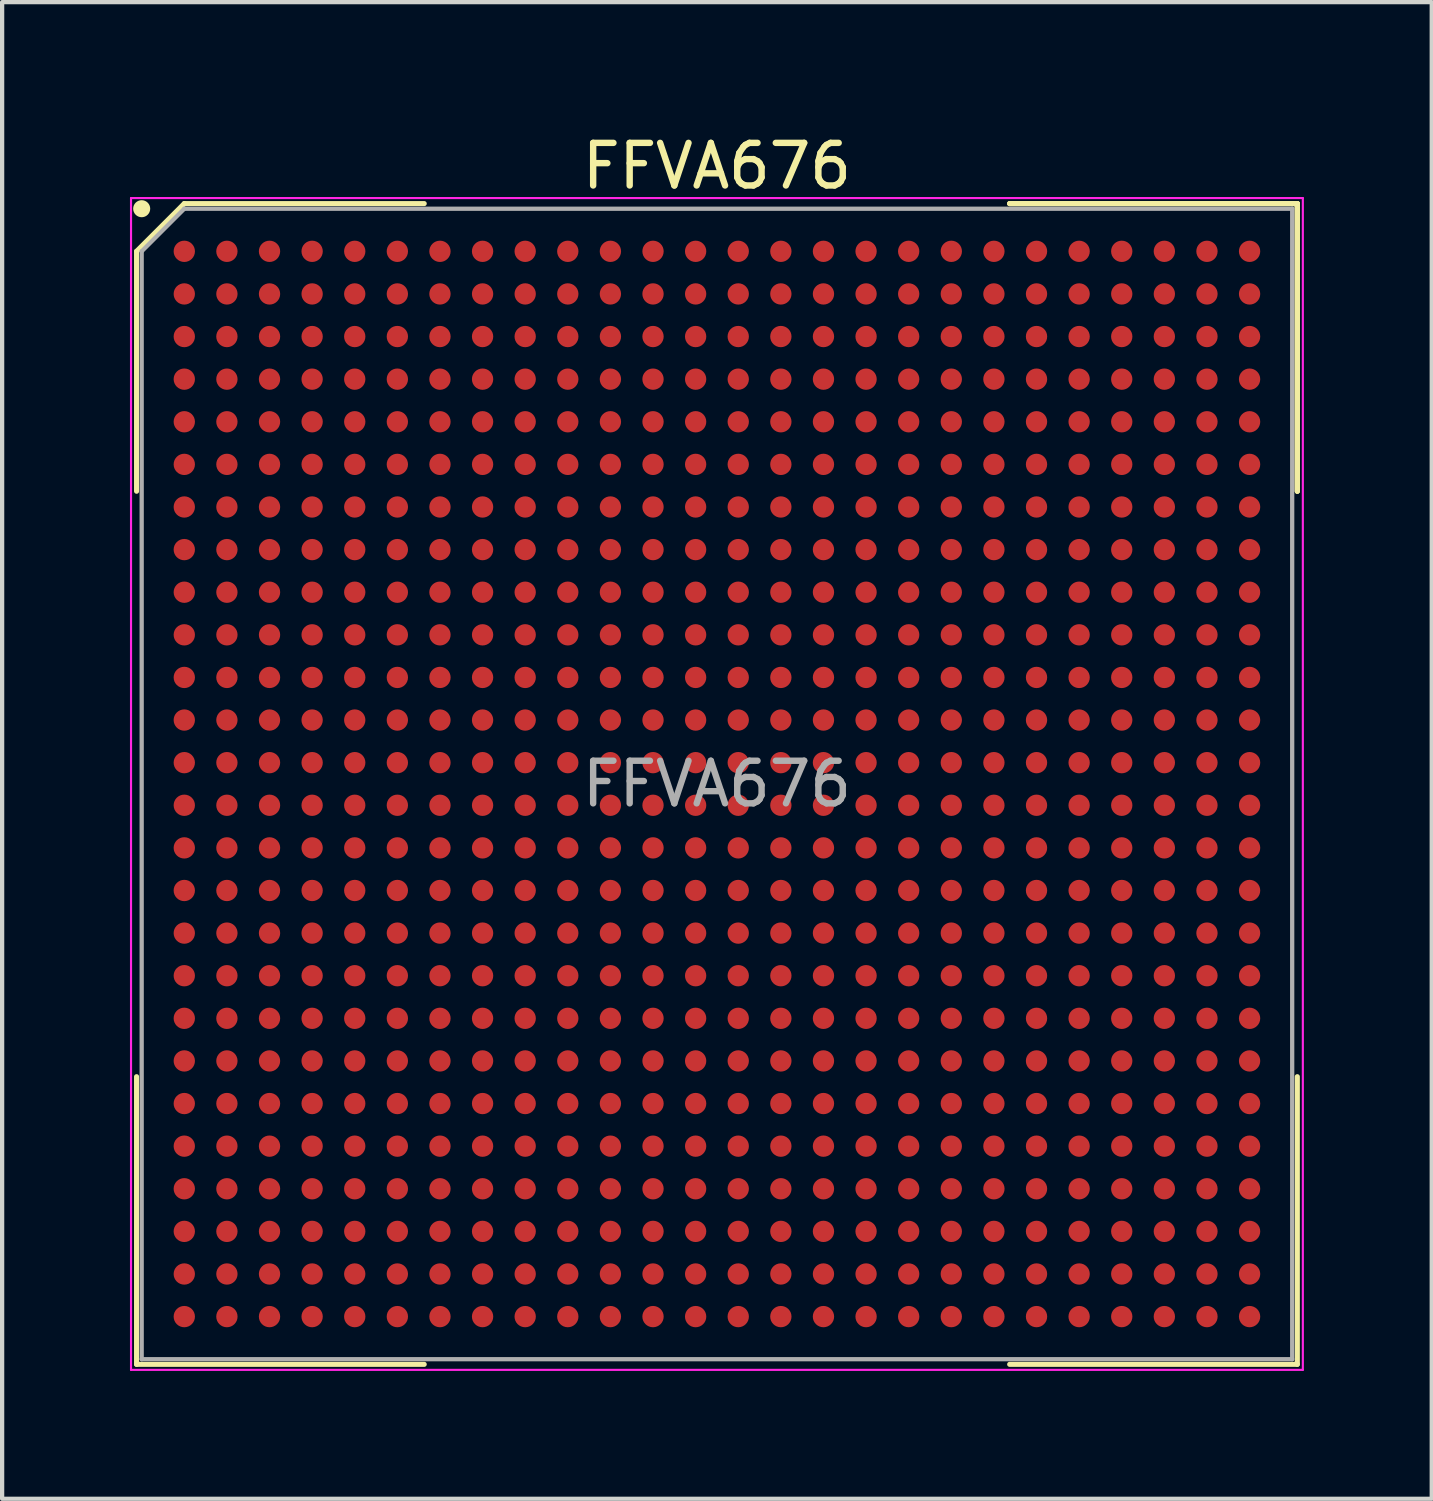
<source format=kicad_pcb>
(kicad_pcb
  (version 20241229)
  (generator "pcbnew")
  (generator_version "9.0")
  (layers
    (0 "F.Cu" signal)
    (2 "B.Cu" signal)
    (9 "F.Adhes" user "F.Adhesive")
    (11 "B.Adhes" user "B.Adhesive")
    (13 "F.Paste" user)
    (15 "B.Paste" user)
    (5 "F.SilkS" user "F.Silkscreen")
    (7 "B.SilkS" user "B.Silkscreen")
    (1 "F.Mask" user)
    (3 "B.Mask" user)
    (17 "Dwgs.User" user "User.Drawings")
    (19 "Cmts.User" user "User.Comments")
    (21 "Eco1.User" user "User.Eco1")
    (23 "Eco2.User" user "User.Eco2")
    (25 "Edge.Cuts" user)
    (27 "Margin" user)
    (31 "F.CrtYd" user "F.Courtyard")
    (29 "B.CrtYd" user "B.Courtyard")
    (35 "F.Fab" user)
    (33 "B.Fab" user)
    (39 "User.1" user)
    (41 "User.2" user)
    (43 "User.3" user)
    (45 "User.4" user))
  (footprint "FFVA676"
    (layer "F.Cu")
    (at 13.775 15.348)
    (property "Reference" "FFVA676" (at 0 -14.5 0) (layer "F.SilkS") (effects (font (size 1 1) (thickness 0.15))))
    (attr smd)
    (fp_line (start -13.62 -12.5) (end -13.62 -6.87) (stroke (width 0.12) (type solid)) (layer "F.SilkS"))
    (fp_line (start -13.62 13.62) (end -13.62 6.87) (stroke (width 0.12) (type solid)) (layer "F.SilkS"))
    (fp_line (start -12.5 -13.62) (end -13.62 -12.5) (stroke (width 0.12) (type solid)) (layer "F.SilkS"))
    (fp_line (start -6.87 -13.62) (end -12.5 -13.62) (stroke (width 0.12) (type solid)) (layer "F.SilkS"))
    (fp_line (start -6.87 13.62) (end -13.62 13.62) (stroke (width 0.12) (type solid)) (layer "F.SilkS"))
    (fp_line (start 6.87 -13.62) (end 13.62 -13.62) (stroke (width 0.12) (type solid)) (layer "F.SilkS"))
    (fp_line (start 6.87 -13.62) (end 13.62 -13.62) (stroke (width 0.12) (type solid)) (layer "F.SilkS"))
    (fp_line (start 6.87 -13.62) (end 13.62 -13.62) (stroke (width 0.12) (type solid)) (layer "F.SilkS"))
    (fp_line (start 6.87 13.62) (end 13.62 13.62) (stroke (width 0.12) (type solid)) (layer "F.SilkS"))
    (fp_line (start 13.62 -13.62) (end 13.62 -6.87) (stroke (width 0.12) (type solid)) (layer "F.SilkS"))
    (fp_line (start 13.62 -13.62) (end 13.62 -6.87) (stroke (width 0.12) (type solid)) (layer "F.SilkS"))
    (fp_line (start 13.62 -13.62) (end 13.62 -6.87) (stroke (width 0.12) (type solid)) (layer "F.SilkS"))
    (fp_line (start 13.62 13.62) (end 13.62 6.87) (stroke (width 0.12) (type solid)) (layer "F.SilkS"))
    (fp_circle (center -13.5 -13.5) (end -13.5 -13.4) (stroke (width 0.2) (type solid)) (fill no) (layer "F.SilkS"))
    (fp_line (start -13.75 -13.75) (end 13.75 -13.75) (stroke (width 0.05) (type solid)) (layer "F.CrtYd"))
    (fp_line (start -13.75 13.75) (end -13.75 -13.75) (stroke (width 0.05) (type solid)) (layer "F.CrtYd"))
    (fp_line (start 13.75 -13.75) (end 13.75 13.75) (stroke (width 0.05) (type solid)) (layer "F.CrtYd"))
    (fp_line (start 13.75 13.75) (end -13.75 13.75) (stroke (width 0.05) (type solid)) (layer "F.CrtYd"))
    (fp_line (start -13.5 -12.5) (end -13.5 13.5) (stroke (width 0.1) (type solid)) (layer "F.Fab"))
    (fp_line (start -13.5 13.5) (end 13.5 13.5) (stroke (width 0.1) (type solid)) (layer "F.Fab"))
    (fp_line (start -12.5 -13.5) (end -13.5 -12.5) (stroke (width 0.1) (type solid)) (layer "F.Fab"))
    (fp_line (start 13.5 -13.5) (end -12.5 -13.5) (stroke (width 0.1) (type solid)) (layer "F.Fab"))
    (fp_line (start 13.5 13.5) (end 13.5 -13.5) (stroke (width 0.1) (type solid)) (layer "F.Fab"))
    (fp_text user "${REFERENCE}" (at 0 0 0) (layer "F.Fab") (effects (font (size 1 1) (thickness 0.15))))
    (pad "A1" smd circle (at -12.5 -12.5) (size 0.5 0.5) (layers "F.Cu" "F.Mask" "F.Paste"))
    (pad "A2" smd circle (at -11.5 -12.5) (size 0.5 0.5) (layers "F.Cu" "F.Mask" "F.Paste"))
    (pad "A3" smd circle (at -10.5 -12.5) (size 0.5 0.5) (layers "F.Cu" "F.Mask" "F.Paste"))
    (pad "A4" smd circle (at -9.5 -12.5) (size 0.5 0.5) (layers "F.Cu" "F.Mask" "F.Paste"))
    (pad "A5" smd circle (at -8.5 -12.5) (size 0.5 0.5) (layers "F.Cu" "F.Mask" "F.Paste"))
    (pad "A6" smd circle (at -7.5 -12.5) (size 0.5 0.5) (layers "F.Cu" "F.Mask" "F.Paste"))
    (pad "A7" smd circle (at -6.5 -12.5) (size 0.5 0.5) (layers "F.Cu" "F.Mask" "F.Paste"))
    (pad "A8" smd circle (at -5.5 -12.5) (size 0.5 0.5) (layers "F.Cu" "F.Mask" "F.Paste"))
    (pad "A9" smd circle (at -4.5 -12.5) (size 0.5 0.5) (layers "F.Cu" "F.Mask" "F.Paste"))
    (pad "A10" smd circle (at -3.5 -12.5) (size 0.5 0.5) (layers "F.Cu" "F.Mask" "F.Paste"))
    (pad "A11" smd circle (at -2.5 -12.5) (size 0.5 0.5) (layers "F.Cu" "F.Mask" "F.Paste"))
    (pad "A12" smd circle (at -1.5 -12.5) (size 0.5 0.5) (layers "F.Cu" "F.Mask" "F.Paste"))
    (pad "A13" smd circle (at -0.5 -12.5) (size 0.5 0.5) (layers "F.Cu" "F.Mask" "F.Paste"))
    (pad "A14" smd circle (at 0.5 -12.5) (size 0.5 0.5) (layers "F.Cu" "F.Mask" "F.Paste"))
    (pad "A15" smd circle (at 1.5 -12.5) (size 0.5 0.5) (layers "F.Cu" "F.Mask" "F.Paste"))
    (pad "A16" smd circle (at 2.5 -12.5) (size 0.5 0.5) (layers "F.Cu" "F.Mask" "F.Paste"))
    (pad "A17" smd circle (at 3.5 -12.5) (size 0.5 0.5) (layers "F.Cu" "F.Mask" "F.Paste"))
    (pad "A18" smd circle (at 4.5 -12.5) (size 0.5 0.5) (layers "F.Cu" "F.Mask" "F.Paste"))
    (pad "A19" smd circle (at 5.5 -12.5) (size 0.5 0.5) (layers "F.Cu" "F.Mask" "F.Paste"))
    (pad "A20" smd circle (at 6.5 -12.5) (size 0.5 0.5) (layers "F.Cu" "F.Mask" "F.Paste"))
    (pad "A21" smd circle (at 7.5 -12.5) (size 0.5 0.5) (layers "F.Cu" "F.Mask" "F.Paste"))
    (pad "A22" smd circle (at 8.5 -12.5) (size 0.5 0.5) (layers "F.Cu" "F.Mask" "F.Paste"))
    (pad "A23" smd circle (at 9.5 -12.5) (size 0.5 0.5) (layers "F.Cu" "F.Mask" "F.Paste"))
    (pad "A24" smd circle (at 10.5 -12.5) (size 0.5 0.5) (layers "F.Cu" "F.Mask" "F.Paste"))
    (pad "A25" smd circle (at 11.5 -12.5) (size 0.5 0.5) (layers "F.Cu" "F.Mask" "F.Paste"))
    (pad "A26" smd circle (at 12.5 -12.5) (size 0.5 0.5) (layers "F.Cu" "F.Mask" "F.Paste"))
    (pad "AA1" smd circle (at -12.5 7.5) (size 0.5 0.5) (layers "F.Cu" "F.Mask" "F.Paste"))
    (pad "AA2" smd circle (at -11.5 7.5) (size 0.5 0.5) (layers "F.Cu" "F.Mask" "F.Paste"))
    (pad "AA3" smd circle (at -10.5 7.5) (size 0.5 0.5) (layers "F.Cu" "F.Mask" "F.Paste"))
    (pad "AA4" smd circle (at -9.5 7.5) (size 0.5 0.5) (layers "F.Cu" "F.Mask" "F.Paste"))
    (pad "AA5" smd circle (at -8.5 7.5) (size 0.5 0.5) (layers "F.Cu" "F.Mask" "F.Paste"))
    (pad "AA6" smd circle (at -7.5 7.5) (size 0.5 0.5) (layers "F.Cu" "F.Mask" "F.Paste"))
    (pad "AA7" smd circle (at -6.5 7.5) (size 0.5 0.5) (layers "F.Cu" "F.Mask" "F.Paste"))
    (pad "AA8" smd circle (at -5.5 7.5) (size 0.5 0.5) (layers "F.Cu" "F.Mask" "F.Paste"))
    (pad "AA9" smd circle (at -4.5 7.5) (size 0.5 0.5) (layers "F.Cu" "F.Mask" "F.Paste"))
    (pad "AA10" smd circle (at -3.5 7.5) (size 0.5 0.5) (layers "F.Cu" "F.Mask" "F.Paste"))
    (pad "AA11" smd circle (at -2.5 7.5) (size 0.5 0.5) (layers "F.Cu" "F.Mask" "F.Paste"))
    (pad "AA12" smd circle (at -1.5 7.5) (size 0.5 0.5) (layers "F.Cu" "F.Mask" "F.Paste"))
    (pad "AA13" smd circle (at -0.5 7.5) (size 0.5 0.5) (layers "F.Cu" "F.Mask" "F.Paste"))
    (pad "AA14" smd circle (at 0.5 7.5) (size 0.5 0.5) (layers "F.Cu" "F.Mask" "F.Paste"))
    (pad "AA15" smd circle (at 1.5 7.5) (size 0.5 0.5) (layers "F.Cu" "F.Mask" "F.Paste"))
    (pad "AA16" smd circle (at 2.5 7.5) (size 0.5 0.5) (layers "F.Cu" "F.Mask" "F.Paste"))
    (pad "AA17" smd circle (at 3.5 7.5) (size 0.5 0.5) (layers "F.Cu" "F.Mask" "F.Paste"))
    (pad "AA18" smd circle (at 4.5 7.5) (size 0.5 0.5) (layers "F.Cu" "F.Mask" "F.Paste"))
    (pad "AA19" smd circle (at 5.5 7.5) (size 0.5 0.5) (layers "F.Cu" "F.Mask" "F.Paste"))
    (pad "AA20" smd circle (at 6.5 7.5) (size 0.5 0.5) (layers "F.Cu" "F.Mask" "F.Paste"))
    (pad "AA21" smd circle (at 7.5 7.5) (size 0.5 0.5) (layers "F.Cu" "F.Mask" "F.Paste"))
    (pad "AA22" smd circle (at 8.5 7.5) (size 0.5 0.5) (layers "F.Cu" "F.Mask" "F.Paste"))
    (pad "AA23" smd circle (at 9.5 7.5) (size 0.5 0.5) (layers "F.Cu" "F.Mask" "F.Paste"))
    (pad "AA24" smd circle (at 10.5 7.5) (size 0.5 0.5) (layers "F.Cu" "F.Mask" "F.Paste"))
    (pad "AA25" smd circle (at 11.5 7.5) (size 0.5 0.5) (layers "F.Cu" "F.Mask" "F.Paste"))
    (pad "AA26" smd circle (at 12.5 7.5) (size 0.5 0.5) (layers "F.Cu" "F.Mask" "F.Paste"))
    (pad "AB1" smd circle (at -12.5 8.5) (size 0.5 0.5) (layers "F.Cu" "F.Mask" "F.Paste"))
    (pad "AB2" smd circle (at -11.5 8.5) (size 0.5 0.5) (layers "F.Cu" "F.Mask" "F.Paste"))
    (pad "AB3" smd circle (at -10.5 8.5) (size 0.5 0.5) (layers "F.Cu" "F.Mask" "F.Paste"))
    (pad "AB4" smd circle (at -9.5 8.5) (size 0.5 0.5) (layers "F.Cu" "F.Mask" "F.Paste"))
    (pad "AB5" smd circle (at -8.5 8.5) (size 0.5 0.5) (layers "F.Cu" "F.Mask" "F.Paste"))
    (pad "AB6" smd circle (at -7.5 8.5) (size 0.5 0.5) (layers "F.Cu" "F.Mask" "F.Paste"))
    (pad "AB7" smd circle (at -6.5 8.5) (size 0.5 0.5) (layers "F.Cu" "F.Mask" "F.Paste"))
    (pad "AB8" smd circle (at -5.5 8.5) (size 0.5 0.5) (layers "F.Cu" "F.Mask" "F.Paste"))
    (pad "AB9" smd circle (at -4.5 8.5) (size 0.5 0.5) (layers "F.Cu" "F.Mask" "F.Paste"))
    (pad "AB10" smd circle (at -3.5 8.5) (size 0.5 0.5) (layers "F.Cu" "F.Mask" "F.Paste"))
    (pad "AB11" smd circle (at -2.5 8.5) (size 0.5 0.5) (layers "F.Cu" "F.Mask" "F.Paste"))
    (pad "AB12" smd circle (at -1.5 8.5) (size 0.5 0.5) (layers "F.Cu" "F.Mask" "F.Paste"))
    (pad "AB13" smd circle (at -0.5 8.5) (size 0.5 0.5) (layers "F.Cu" "F.Mask" "F.Paste"))
    (pad "AB14" smd circle (at 0.5 8.5) (size 0.5 0.5) (layers "F.Cu" "F.Mask" "F.Paste"))
    (pad "AB15" smd circle (at 1.5 8.5) (size 0.5 0.5) (layers "F.Cu" "F.Mask" "F.Paste"))
    (pad "AB16" smd circle (at 2.5 8.5) (size 0.5 0.5) (layers "F.Cu" "F.Mask" "F.Paste"))
    (pad "AB17" smd circle (at 3.5 8.5) (size 0.5 0.5) (layers "F.Cu" "F.Mask" "F.Paste"))
    (pad "AB18" smd circle (at 4.5 8.5) (size 0.5 0.5) (layers "F.Cu" "F.Mask" "F.Paste"))
    (pad "AB19" smd circle (at 5.5 8.5) (size 0.5 0.5) (layers "F.Cu" "F.Mask" "F.Paste"))
    (pad "AB20" smd circle (at 6.5 8.5) (size 0.5 0.5) (layers "F.Cu" "F.Mask" "F.Paste"))
    (pad "AB21" smd circle (at 7.5 8.5) (size 0.5 0.5) (layers "F.Cu" "F.Mask" "F.Paste"))
    (pad "AB22" smd circle (at 8.5 8.5) (size 0.5 0.5) (layers "F.Cu" "F.Mask" "F.Paste"))
    (pad "AB23" smd circle (at 9.5 8.5) (size 0.5 0.5) (layers "F.Cu" "F.Mask" "F.Paste"))
    (pad "AB24" smd circle (at 10.5 8.5) (size 0.5 0.5) (layers "F.Cu" "F.Mask" "F.Paste"))
    (pad "AB25" smd circle (at 11.5 8.5) (size 0.5 0.5) (layers "F.Cu" "F.Mask" "F.Paste"))
    (pad "AB26" smd circle (at 12.5 8.5) (size 0.5 0.5) (layers "F.Cu" "F.Mask" "F.Paste"))
    (pad "AC1" smd circle (at -12.5 9.5) (size 0.5 0.5) (layers "F.Cu" "F.Mask" "F.Paste"))
    (pad "AC2" smd circle (at -11.5 9.5) (size 0.5 0.5) (layers "F.Cu" "F.Mask" "F.Paste"))
    (pad "AC3" smd circle (at -10.5 9.5) (size 0.5 0.5) (layers "F.Cu" "F.Mask" "F.Paste"))
    (pad "AC4" smd circle (at -9.5 9.5) (size 0.5 0.5) (layers "F.Cu" "F.Mask" "F.Paste"))
    (pad "AC5" smd circle (at -8.5 9.5) (size 0.5 0.5) (layers "F.Cu" "F.Mask" "F.Paste"))
    (pad "AC6" smd circle (at -7.5 9.5) (size 0.5 0.5) (layers "F.Cu" "F.Mask" "F.Paste"))
    (pad "AC7" smd circle (at -6.5 9.5) (size 0.5 0.5) (layers "F.Cu" "F.Mask" "F.Paste"))
    (pad "AC8" smd circle (at -5.5 9.5) (size 0.5 0.5) (layers "F.Cu" "F.Mask" "F.Paste"))
    (pad "AC9" smd circle (at -4.5 9.5) (size 0.5 0.5) (layers "F.Cu" "F.Mask" "F.Paste"))
    (pad "AC10" smd circle (at -3.5 9.5) (size 0.5 0.5) (layers "F.Cu" "F.Mask" "F.Paste"))
    (pad "AC11" smd circle (at -2.5 9.5) (size 0.5 0.5) (layers "F.Cu" "F.Mask" "F.Paste"))
    (pad "AC12" smd circle (at -1.5 9.5) (size 0.5 0.5) (layers "F.Cu" "F.Mask" "F.Paste"))
    (pad "AC13" smd circle (at -0.5 9.5) (size 0.5 0.5) (layers "F.Cu" "F.Mask" "F.Paste"))
    (pad "AC14" smd circle (at 0.5 9.5) (size 0.5 0.5) (layers "F.Cu" "F.Mask" "F.Paste"))
    (pad "AC15" smd circle (at 1.5 9.5) (size 0.5 0.5) (layers "F.Cu" "F.Mask" "F.Paste"))
    (pad "AC16" smd circle (at 2.5 9.5) (size 0.5 0.5) (layers "F.Cu" "F.Mask" "F.Paste"))
    (pad "AC17" smd circle (at 3.5 9.5) (size 0.5 0.5) (layers "F.Cu" "F.Mask" "F.Paste"))
    (pad "AC18" smd circle (at 4.5 9.5) (size 0.5 0.5) (layers "F.Cu" "F.Mask" "F.Paste"))
    (pad "AC19" smd circle (at 5.5 9.5) (size 0.5 0.5) (layers "F.Cu" "F.Mask" "F.Paste"))
    (pad "AC20" smd circle (at 6.5 9.5) (size 0.5 0.5) (layers "F.Cu" "F.Mask" "F.Paste"))
    (pad "AC21" smd circle (at 7.5 9.5) (size 0.5 0.5) (layers "F.Cu" "F.Mask" "F.Paste"))
    (pad "AC22" smd circle (at 8.5 9.5) (size 0.5 0.5) (layers "F.Cu" "F.Mask" "F.Paste"))
    (pad "AC23" smd circle (at 9.5 9.5) (size 0.5 0.5) (layers "F.Cu" "F.Mask" "F.Paste"))
    (pad "AC24" smd circle (at 10.5 9.5) (size 0.5 0.5) (layers "F.Cu" "F.Mask" "F.Paste"))
    (pad "AC25" smd circle (at 11.5 9.5) (size 0.5 0.5) (layers "F.Cu" "F.Mask" "F.Paste"))
    (pad "AC26" smd circle (at 12.5 9.5) (size 0.5 0.5) (layers "F.Cu" "F.Mask" "F.Paste"))
    (pad "AD1" smd circle (at -12.5 10.5) (size 0.5 0.5) (layers "F.Cu" "F.Mask" "F.Paste"))
    (pad "AD2" smd circle (at -11.5 10.5) (size 0.5 0.5) (layers "F.Cu" "F.Mask" "F.Paste"))
    (pad "AD3" smd circle (at -10.5 10.5) (size 0.5 0.5) (layers "F.Cu" "F.Mask" "F.Paste"))
    (pad "AD4" smd circle (at -9.5 10.5) (size 0.5 0.5) (layers "F.Cu" "F.Mask" "F.Paste"))
    (pad "AD5" smd circle (at -8.5 10.5) (size 0.5 0.5) (layers "F.Cu" "F.Mask" "F.Paste"))
    (pad "AD6" smd circle (at -7.5 10.5) (size 0.5 0.5) (layers "F.Cu" "F.Mask" "F.Paste"))
    (pad "AD7" smd circle (at -6.5 10.5) (size 0.5 0.5) (layers "F.Cu" "F.Mask" "F.Paste"))
    (pad "AD8" smd circle (at -5.5 10.5) (size 0.5 0.5) (layers "F.Cu" "F.Mask" "F.Paste"))
    (pad "AD9" smd circle (at -4.5 10.5) (size 0.5 0.5) (layers "F.Cu" "F.Mask" "F.Paste"))
    (pad "AD10" smd circle (at -3.5 10.5) (size 0.5 0.5) (layers "F.Cu" "F.Mask" "F.Paste"))
    (pad "AD11" smd circle (at -2.5 10.5) (size 0.5 0.5) (layers "F.Cu" "F.Mask" "F.Paste"))
    (pad "AD12" smd circle (at -1.5 10.5) (size 0.5 0.5) (layers "F.Cu" "F.Mask" "F.Paste"))
    (pad "AD13" smd circle (at -0.5 10.5) (size 0.5 0.5) (layers "F.Cu" "F.Mask" "F.Paste"))
    (pad "AD14" smd circle (at 0.5 10.5) (size 0.5 0.5) (layers "F.Cu" "F.Mask" "F.Paste"))
    (pad "AD15" smd circle (at 1.5 10.5) (size 0.5 0.5) (layers "F.Cu" "F.Mask" "F.Paste"))
    (pad "AD16" smd circle (at 2.5 10.5) (size 0.5 0.5) (layers "F.Cu" "F.Mask" "F.Paste"))
    (pad "AD17" smd circle (at 3.5 10.5) (size 0.5 0.5) (layers "F.Cu" "F.Mask" "F.Paste"))
    (pad "AD18" smd circle (at 4.5 10.5) (size 0.5 0.5) (layers "F.Cu" "F.Mask" "F.Paste"))
    (pad "AD19" smd circle (at 5.5 10.5) (size 0.5 0.5) (layers "F.Cu" "F.Mask" "F.Paste"))
    (pad "AD20" smd circle (at 6.5 10.5) (size 0.5 0.5) (layers "F.Cu" "F.Mask" "F.Paste"))
    (pad "AD21" smd circle (at 7.5 10.5) (size 0.5 0.5) (layers "F.Cu" "F.Mask" "F.Paste"))
    (pad "AD22" smd circle (at 8.5 10.5) (size 0.5 0.5) (layers "F.Cu" "F.Mask" "F.Paste"))
    (pad "AD23" smd circle (at 9.5 10.5) (size 0.5 0.5) (layers "F.Cu" "F.Mask" "F.Paste"))
    (pad "AD24" smd circle (at 10.5 10.5) (size 0.5 0.5) (layers "F.Cu" "F.Mask" "F.Paste"))
    (pad "AD25" smd circle (at 11.5 10.5) (size 0.5 0.5) (layers "F.Cu" "F.Mask" "F.Paste"))
    (pad "AD26" smd circle (at 12.5 10.5) (size 0.5 0.5) (layers "F.Cu" "F.Mask" "F.Paste"))
    (pad "AE1" smd circle (at -12.5 11.5) (size 0.5 0.5) (layers "F.Cu" "F.Mask" "F.Paste"))
    (pad "AE2" smd circle (at -11.5 11.5) (size 0.5 0.5) (layers "F.Cu" "F.Mask" "F.Paste"))
    (pad "AE3" smd circle (at -10.5 11.5) (size 0.5 0.5) (layers "F.Cu" "F.Mask" "F.Paste"))
    (pad "AE4" smd circle (at -9.5 11.5) (size 0.5 0.5) (layers "F.Cu" "F.Mask" "F.Paste"))
    (pad "AE5" smd circle (at -8.5 11.5) (size 0.5 0.5) (layers "F.Cu" "F.Mask" "F.Paste"))
    (pad "AE6" smd circle (at -7.5 11.5) (size 0.5 0.5) (layers "F.Cu" "F.Mask" "F.Paste"))
    (pad "AE7" smd circle (at -6.5 11.5) (size 0.5 0.5) (layers "F.Cu" "F.Mask" "F.Paste"))
    (pad "AE8" smd circle (at -5.5 11.5) (size 0.5 0.5) (layers "F.Cu" "F.Mask" "F.Paste"))
    (pad "AE9" smd circle (at -4.5 11.5) (size 0.5 0.5) (layers "F.Cu" "F.Mask" "F.Paste"))
    (pad "AE10" smd circle (at -3.5 11.5) (size 0.5 0.5) (layers "F.Cu" "F.Mask" "F.Paste"))
    (pad "AE11" smd circle (at -2.5 11.5) (size 0.5 0.5) (layers "F.Cu" "F.Mask" "F.Paste"))
    (pad "AE12" smd circle (at -1.5 11.5) (size 0.5 0.5) (layers "F.Cu" "F.Mask" "F.Paste"))
    (pad "AE13" smd circle (at -0.5 11.5) (size 0.5 0.5) (layers "F.Cu" "F.Mask" "F.Paste"))
    (pad "AE14" smd circle (at 0.5 11.5) (size 0.5 0.5) (layers "F.Cu" "F.Mask" "F.Paste"))
    (pad "AE15" smd circle (at 1.5 11.5) (size 0.5 0.5) (layers "F.Cu" "F.Mask" "F.Paste"))
    (pad "AE16" smd circle (at 2.5 11.5) (size 0.5 0.5) (layers "F.Cu" "F.Mask" "F.Paste"))
    (pad "AE17" smd circle (at 3.5 11.5) (size 0.5 0.5) (layers "F.Cu" "F.Mask" "F.Paste"))
    (pad "AE18" smd circle (at 4.5 11.5) (size 0.5 0.5) (layers "F.Cu" "F.Mask" "F.Paste"))
    (pad "AE19" smd circle (at 5.5 11.5) (size 0.5 0.5) (layers "F.Cu" "F.Mask" "F.Paste"))
    (pad "AE20" smd circle (at 6.5 11.5) (size 0.5 0.5) (layers "F.Cu" "F.Mask" "F.Paste"))
    (pad "AE21" smd circle (at 7.5 11.5) (size 0.5 0.5) (layers "F.Cu" "F.Mask" "F.Paste"))
    (pad "AE22" smd circle (at 8.5 11.5) (size 0.5 0.5) (layers "F.Cu" "F.Mask" "F.Paste"))
    (pad "AE23" smd circle (at 9.5 11.5) (size 0.5 0.5) (layers "F.Cu" "F.Mask" "F.Paste"))
    (pad "AE24" smd circle (at 10.5 11.5) (size 0.5 0.5) (layers "F.Cu" "F.Mask" "F.Paste"))
    (pad "AE25" smd circle (at 11.5 11.5) (size 0.5 0.5) (layers "F.Cu" "F.Mask" "F.Paste"))
    (pad "AE26" smd circle (at 12.5 11.5) (size 0.5 0.5) (layers "F.Cu" "F.Mask" "F.Paste"))
    (pad "AF1" smd circle (at -12.5 12.5) (size 0.5 0.5) (layers "F.Cu" "F.Mask" "F.Paste"))
    (pad "AF2" smd circle (at -11.5 12.5) (size 0.5 0.5) (layers "F.Cu" "F.Mask" "F.Paste"))
    (pad "AF3" smd circle (at -10.5 12.5) (size 0.5 0.5) (layers "F.Cu" "F.Mask" "F.Paste"))
    (pad "AF4" smd circle (at -9.5 12.5) (size 0.5 0.5) (layers "F.Cu" "F.Mask" "F.Paste"))
    (pad "AF5" smd circle (at -8.5 12.5) (size 0.5 0.5) (layers "F.Cu" "F.Mask" "F.Paste"))
    (pad "AF6" smd circle (at -7.5 12.5) (size 0.5 0.5) (layers "F.Cu" "F.Mask" "F.Paste"))
    (pad "AF7" smd circle (at -6.5 12.5) (size 0.5 0.5) (layers "F.Cu" "F.Mask" "F.Paste"))
    (pad "AF8" smd circle (at -5.5 12.5) (size 0.5 0.5) (layers "F.Cu" "F.Mask" "F.Paste"))
    (pad "AF9" smd circle (at -4.5 12.5) (size 0.5 0.5) (layers "F.Cu" "F.Mask" "F.Paste"))
    (pad "AF10" smd circle (at -3.5 12.5) (size 0.5 0.5) (layers "F.Cu" "F.Mask" "F.Paste"))
    (pad "AF11" smd circle (at -2.5 12.5) (size 0.5 0.5) (layers "F.Cu" "F.Mask" "F.Paste"))
    (pad "AF12" smd circle (at -1.5 12.5) (size 0.5 0.5) (layers "F.Cu" "F.Mask" "F.Paste"))
    (pad "AF13" smd circle (at -0.5 12.5) (size 0.5 0.5) (layers "F.Cu" "F.Mask" "F.Paste"))
    (pad "AF14" smd circle (at 0.5 12.5) (size 0.5 0.5) (layers "F.Cu" "F.Mask" "F.Paste"))
    (pad "AF15" smd circle (at 1.5 12.5) (size 0.5 0.5) (layers "F.Cu" "F.Mask" "F.Paste"))
    (pad "AF16" smd circle (at 2.5 12.5) (size 0.5 0.5) (layers "F.Cu" "F.Mask" "F.Paste"))
    (pad "AF17" smd circle (at 3.5 12.5) (size 0.5 0.5) (layers "F.Cu" "F.Mask" "F.Paste"))
    (pad "AF18" smd circle (at 4.5 12.5) (size 0.5 0.5) (layers "F.Cu" "F.Mask" "F.Paste"))
    (pad "AF19" smd circle (at 5.5 12.5) (size 0.5 0.5) (layers "F.Cu" "F.Mask" "F.Paste"))
    (pad "AF20" smd circle (at 6.5 12.5) (size 0.5 0.5) (layers "F.Cu" "F.Mask" "F.Paste"))
    (pad "AF21" smd circle (at 7.5 12.5) (size 0.5 0.5) (layers "F.Cu" "F.Mask" "F.Paste"))
    (pad "AF22" smd circle (at 8.5 12.5) (size 0.5 0.5) (layers "F.Cu" "F.Mask" "F.Paste"))
    (pad "AF23" smd circle (at 9.5 12.5) (size 0.5 0.5) (layers "F.Cu" "F.Mask" "F.Paste"))
    (pad "AF24" smd circle (at 10.5 12.5) (size 0.5 0.5) (layers "F.Cu" "F.Mask" "F.Paste"))
    (pad "AF25" smd circle (at 11.5 12.5) (size 0.5 0.5) (layers "F.Cu" "F.Mask" "F.Paste"))
    (pad "AF26" smd circle (at 12.5 12.5) (size 0.5 0.5) (layers "F.Cu" "F.Mask" "F.Paste"))
    (pad "B1" smd circle (at -12.5 -11.5) (size 0.5 0.5) (layers "F.Cu" "F.Mask" "F.Paste"))
    (pad "B2" smd circle (at -11.5 -11.5) (size 0.5 0.5) (layers "F.Cu" "F.Mask" "F.Paste"))
    (pad "B3" smd circle (at -10.5 -11.5) (size 0.5 0.5) (layers "F.Cu" "F.Mask" "F.Paste"))
    (pad "B4" smd circle (at -9.5 -11.5) (size 0.5 0.5) (layers "F.Cu" "F.Mask" "F.Paste"))
    (pad "B5" smd circle (at -8.5 -11.5) (size 0.5 0.5) (layers "F.Cu" "F.Mask" "F.Paste"))
    (pad "B6" smd circle (at -7.5 -11.5) (size 0.5 0.5) (layers "F.Cu" "F.Mask" "F.Paste"))
    (pad "B7" smd circle (at -6.5 -11.5) (size 0.5 0.5) (layers "F.Cu" "F.Mask" "F.Paste"))
    (pad "B8" smd circle (at -5.5 -11.5) (size 0.5 0.5) (layers "F.Cu" "F.Mask" "F.Paste"))
    (pad "B9" smd circle (at -4.5 -11.5) (size 0.5 0.5) (layers "F.Cu" "F.Mask" "F.Paste"))
    (pad "B10" smd circle (at -3.5 -11.5) (size 0.5 0.5) (layers "F.Cu" "F.Mask" "F.Paste"))
    (pad "B11" smd circle (at -2.5 -11.5) (size 0.5 0.5) (layers "F.Cu" "F.Mask" "F.Paste"))
    (pad "B12" smd circle (at -1.5 -11.5) (size 0.5 0.5) (layers "F.Cu" "F.Mask" "F.Paste"))
    (pad "B13" smd circle (at -0.5 -11.5) (size 0.5 0.5) (layers "F.Cu" "F.Mask" "F.Paste"))
    (pad "B14" smd circle (at 0.5 -11.5) (size 0.5 0.5) (layers "F.Cu" "F.Mask" "F.Paste"))
    (pad "B15" smd circle (at 1.5 -11.5) (size 0.5 0.5) (layers "F.Cu" "F.Mask" "F.Paste"))
    (pad "B16" smd circle (at 2.5 -11.5) (size 0.5 0.5) (layers "F.Cu" "F.Mask" "F.Paste"))
    (pad "B17" smd circle (at 3.5 -11.5) (size 0.5 0.5) (layers "F.Cu" "F.Mask" "F.Paste"))
    (pad "B18" smd circle (at 4.5 -11.5) (size 0.5 0.5) (layers "F.Cu" "F.Mask" "F.Paste"))
    (pad "B19" smd circle (at 5.5 -11.5) (size 0.5 0.5) (layers "F.Cu" "F.Mask" "F.Paste"))
    (pad "B20" smd circle (at 6.5 -11.5) (size 0.5 0.5) (layers "F.Cu" "F.Mask" "F.Paste"))
    (pad "B21" smd circle (at 7.5 -11.5) (size 0.5 0.5) (layers "F.Cu" "F.Mask" "F.Paste"))
    (pad "B22" smd circle (at 8.5 -11.5) (size 0.5 0.5) (layers "F.Cu" "F.Mask" "F.Paste"))
    (pad "B23" smd circle (at 9.5 -11.5) (size 0.5 0.5) (layers "F.Cu" "F.Mask" "F.Paste"))
    (pad "B24" smd circle (at 10.5 -11.5) (size 0.5 0.5) (layers "F.Cu" "F.Mask" "F.Paste"))
    (pad "B25" smd circle (at 11.5 -11.5) (size 0.5 0.5) (layers "F.Cu" "F.Mask" "F.Paste"))
    (pad "B26" smd circle (at 12.5 -11.5) (size 0.5 0.5) (layers "F.Cu" "F.Mask" "F.Paste"))
    (pad "C1" smd circle (at -12.5 -10.5) (size 0.5 0.5) (layers "F.Cu" "F.Mask" "F.Paste"))
    (pad "C2" smd circle (at -11.5 -10.5) (size 0.5 0.5) (layers "F.Cu" "F.Mask" "F.Paste"))
    (pad "C3" smd circle (at -10.5 -10.5) (size 0.5 0.5) (layers "F.Cu" "F.Mask" "F.Paste"))
    (pad "C4" smd circle (at -9.5 -10.5) (size 0.5 0.5) (layers "F.Cu" "F.Mask" "F.Paste"))
    (pad "C5" smd circle (at -8.5 -10.5) (size 0.5 0.5) (layers "F.Cu" "F.Mask" "F.Paste"))
    (pad "C6" smd circle (at -7.5 -10.5) (size 0.5 0.5) (layers "F.Cu" "F.Mask" "F.Paste"))
    (pad "C7" smd circle (at -6.5 -10.5) (size 0.5 0.5) (layers "F.Cu" "F.Mask" "F.Paste"))
    (pad "C8" smd circle (at -5.5 -10.5) (size 0.5 0.5) (layers "F.Cu" "F.Mask" "F.Paste"))
    (pad "C9" smd circle (at -4.5 -10.5) (size 0.5 0.5) (layers "F.Cu" "F.Mask" "F.Paste"))
    (pad "C10" smd circle (at -3.5 -10.5) (size 0.5 0.5) (layers "F.Cu" "F.Mask" "F.Paste"))
    (pad "C11" smd circle (at -2.5 -10.5) (size 0.5 0.5) (layers "F.Cu" "F.Mask" "F.Paste"))
    (pad "C12" smd circle (at -1.5 -10.5) (size 0.5 0.5) (layers "F.Cu" "F.Mask" "F.Paste"))
    (pad "C13" smd circle (at -0.5 -10.5) (size 0.5 0.5) (layers "F.Cu" "F.Mask" "F.Paste"))
    (pad "C14" smd circle (at 0.5 -10.5) (size 0.5 0.5) (layers "F.Cu" "F.Mask" "F.Paste"))
    (pad "C15" smd circle (at 1.5 -10.5) (size 0.5 0.5) (layers "F.Cu" "F.Mask" "F.Paste"))
    (pad "C16" smd circle (at 2.5 -10.5) (size 0.5 0.5) (layers "F.Cu" "F.Mask" "F.Paste"))
    (pad "C17" smd circle (at 3.5 -10.5) (size 0.5 0.5) (layers "F.Cu" "F.Mask" "F.Paste"))
    (pad "C18" smd circle (at 4.5 -10.5) (size 0.5 0.5) (layers "F.Cu" "F.Mask" "F.Paste"))
    (pad "C19" smd circle (at 5.5 -10.5) (size 0.5 0.5) (layers "F.Cu" "F.Mask" "F.Paste"))
    (pad "C20" smd circle (at 6.5 -10.5) (size 0.5 0.5) (layers "F.Cu" "F.Mask" "F.Paste"))
    (pad "C21" smd circle (at 7.5 -10.5) (size 0.5 0.5) (layers "F.Cu" "F.Mask" "F.Paste"))
    (pad "C22" smd circle (at 8.5 -10.5) (size 0.5 0.5) (layers "F.Cu" "F.Mask" "F.Paste"))
    (pad "C23" smd circle (at 9.5 -10.5) (size 0.5 0.5) (layers "F.Cu" "F.Mask" "F.Paste"))
    (pad "C24" smd circle (at 10.5 -10.5) (size 0.5 0.5) (layers "F.Cu" "F.Mask" "F.Paste"))
    (pad "C25" smd circle (at 11.5 -10.5) (size 0.5 0.5) (layers "F.Cu" "F.Mask" "F.Paste"))
    (pad "C26" smd circle (at 12.5 -10.5) (size 0.5 0.5) (layers "F.Cu" "F.Mask" "F.Paste"))
    (pad "D1" smd circle (at -12.5 -9.5) (size 0.5 0.5) (layers "F.Cu" "F.Mask" "F.Paste"))
    (pad "D2" smd circle (at -11.5 -9.5) (size 0.5 0.5) (layers "F.Cu" "F.Mask" "F.Paste"))
    (pad "D3" smd circle (at -10.5 -9.5) (size 0.5 0.5) (layers "F.Cu" "F.Mask" "F.Paste"))
    (pad "D4" smd circle (at -9.5 -9.5) (size 0.5 0.5) (layers "F.Cu" "F.Mask" "F.Paste"))
    (pad "D5" smd circle (at -8.5 -9.5) (size 0.5 0.5) (layers "F.Cu" "F.Mask" "F.Paste"))
    (pad "D6" smd circle (at -7.5 -9.5) (size 0.5 0.5) (layers "F.Cu" "F.Mask" "F.Paste"))
    (pad "D7" smd circle (at -6.5 -9.5) (size 0.5 0.5) (layers "F.Cu" "F.Mask" "F.Paste"))
    (pad "D8" smd circle (at -5.5 -9.5) (size 0.5 0.5) (layers "F.Cu" "F.Mask" "F.Paste"))
    (pad "D9" smd circle (at -4.5 -9.5) (size 0.5 0.5) (layers "F.Cu" "F.Mask" "F.Paste"))
    (pad "D10" smd circle (at -3.5 -9.5) (size 0.5 0.5) (layers "F.Cu" "F.Mask" "F.Paste"))
    (pad "D11" smd circle (at -2.5 -9.5) (size 0.5 0.5) (layers "F.Cu" "F.Mask" "F.Paste"))
    (pad "D12" smd circle (at -1.5 -9.5) (size 0.5 0.5) (layers "F.Cu" "F.Mask" "F.Paste"))
    (pad "D13" smd circle (at -0.5 -9.5) (size 0.5 0.5) (layers "F.Cu" "F.Mask" "F.Paste"))
    (pad "D14" smd circle (at 0.5 -9.5) (size 0.5 0.5) (layers "F.Cu" "F.Mask" "F.Paste"))
    (pad "D15" smd circle (at 1.5 -9.5) (size 0.5 0.5) (layers "F.Cu" "F.Mask" "F.Paste"))
    (pad "D16" smd circle (at 2.5 -9.5) (size 0.5 0.5) (layers "F.Cu" "F.Mask" "F.Paste"))
    (pad "D17" smd circle (at 3.5 -9.5) (size 0.5 0.5) (layers "F.Cu" "F.Mask" "F.Paste"))
    (pad "D18" smd circle (at 4.5 -9.5) (size 0.5 0.5) (layers "F.Cu" "F.Mask" "F.Paste"))
    (pad "D19" smd circle (at 5.5 -9.5) (size 0.5 0.5) (layers "F.Cu" "F.Mask" "F.Paste"))
    (pad "D20" smd circle (at 6.5 -9.5) (size 0.5 0.5) (layers "F.Cu" "F.Mask" "F.Paste"))
    (pad "D21" smd circle (at 7.5 -9.5) (size 0.5 0.5) (layers "F.Cu" "F.Mask" "F.Paste"))
    (pad "D22" smd circle (at 8.5 -9.5) (size 0.5 0.5) (layers "F.Cu" "F.Mask" "F.Paste"))
    (pad "D23" smd circle (at 9.5 -9.5) (size 0.5 0.5) (layers "F.Cu" "F.Mask" "F.Paste"))
    (pad "D24" smd circle (at 10.5 -9.5) (size 0.5 0.5) (layers "F.Cu" "F.Mask" "F.Paste"))
    (pad "D25" smd circle (at 11.5 -9.5) (size 0.5 0.5) (layers "F.Cu" "F.Mask" "F.Paste"))
    (pad "D26" smd circle (at 12.5 -9.5) (size 0.5 0.5) (layers "F.Cu" "F.Mask" "F.Paste"))
    (pad "E1" smd circle (at -12.5 -8.5) (size 0.5 0.5) (layers "F.Cu" "F.Mask" "F.Paste"))
    (pad "E2" smd circle (at -11.5 -8.5) (size 0.5 0.5) (layers "F.Cu" "F.Mask" "F.Paste"))
    (pad "E3" smd circle (at -10.5 -8.5) (size 0.5 0.5) (layers "F.Cu" "F.Mask" "F.Paste"))
    (pad "E4" smd circle (at -9.5 -8.5) (size 0.5 0.5) (layers "F.Cu" "F.Mask" "F.Paste"))
    (pad "E5" smd circle (at -8.5 -8.5) (size 0.5 0.5) (layers "F.Cu" "F.Mask" "F.Paste"))
    (pad "E6" smd circle (at -7.5 -8.5) (size 0.5 0.5) (layers "F.Cu" "F.Mask" "F.Paste"))
    (pad "E7" smd circle (at -6.5 -8.5) (size 0.5 0.5) (layers "F.Cu" "F.Mask" "F.Paste"))
    (pad "E8" smd circle (at -5.5 -8.5) (size 0.5 0.5) (layers "F.Cu" "F.Mask" "F.Paste"))
    (pad "E9" smd circle (at -4.5 -8.5) (size 0.5 0.5) (layers "F.Cu" "F.Mask" "F.Paste"))
    (pad "E10" smd circle (at -3.5 -8.5) (size 0.5 0.5) (layers "F.Cu" "F.Mask" "F.Paste"))
    (pad "E11" smd circle (at -2.5 -8.5) (size 0.5 0.5) (layers "F.Cu" "F.Mask" "F.Paste"))
    (pad "E12" smd circle (at -1.5 -8.5) (size 0.5 0.5) (layers "F.Cu" "F.Mask" "F.Paste"))
    (pad "E13" smd circle (at -0.5 -8.5) (size 0.5 0.5) (layers "F.Cu" "F.Mask" "F.Paste"))
    (pad "E14" smd circle (at 0.5 -8.5) (size 0.5 0.5) (layers "F.Cu" "F.Mask" "F.Paste"))
    (pad "E15" smd circle (at 1.5 -8.5) (size 0.5 0.5) (layers "F.Cu" "F.Mask" "F.Paste"))
    (pad "E16" smd circle (at 2.5 -8.5) (size 0.5 0.5) (layers "F.Cu" "F.Mask" "F.Paste"))
    (pad "E17" smd circle (at 3.5 -8.5) (size 0.5 0.5) (layers "F.Cu" "F.Mask" "F.Paste"))
    (pad "E18" smd circle (at 4.5 -8.5) (size 0.5 0.5) (layers "F.Cu" "F.Mask" "F.Paste"))
    (pad "E19" smd circle (at 5.5 -8.5) (size 0.5 0.5) (layers "F.Cu" "F.Mask" "F.Paste"))
    (pad "E20" smd circle (at 6.5 -8.5) (size 0.5 0.5) (layers "F.Cu" "F.Mask" "F.Paste"))
    (pad "E21" smd circle (at 7.5 -8.5) (size 0.5 0.5) (layers "F.Cu" "F.Mask" "F.Paste"))
    (pad "E22" smd circle (at 8.5 -8.5) (size 0.5 0.5) (layers "F.Cu" "F.Mask" "F.Paste"))
    (pad "E23" smd circle (at 9.5 -8.5) (size 0.5 0.5) (layers "F.Cu" "F.Mask" "F.Paste"))
    (pad "E24" smd circle (at 10.5 -8.5) (size 0.5 0.5) (layers "F.Cu" "F.Mask" "F.Paste"))
    (pad "E25" smd circle (at 11.5 -8.5) (size 0.5 0.5) (layers "F.Cu" "F.Mask" "F.Paste"))
    (pad "E26" smd circle (at 12.5 -8.5) (size 0.5 0.5) (layers "F.Cu" "F.Mask" "F.Paste"))
    (pad "F1" smd circle (at -12.5 -7.5) (size 0.5 0.5) (layers "F.Cu" "F.Mask" "F.Paste"))
    (pad "F2" smd circle (at -11.5 -7.5) (size 0.5 0.5) (layers "F.Cu" "F.Mask" "F.Paste"))
    (pad "F3" smd circle (at -10.5 -7.5) (size 0.5 0.5) (layers "F.Cu" "F.Mask" "F.Paste"))
    (pad "F4" smd circle (at -9.5 -7.5) (size 0.5 0.5) (layers "F.Cu" "F.Mask" "F.Paste"))
    (pad "F5" smd circle (at -8.5 -7.5) (size 0.5 0.5) (layers "F.Cu" "F.Mask" "F.Paste"))
    (pad "F6" smd circle (at -7.5 -7.5) (size 0.5 0.5) (layers "F.Cu" "F.Mask" "F.Paste"))
    (pad "F7" smd circle (at -6.5 -7.5) (size 0.5 0.5) (layers "F.Cu" "F.Mask" "F.Paste"))
    (pad "F8" smd circle (at -5.5 -7.5) (size 0.5 0.5) (layers "F.Cu" "F.Mask" "F.Paste"))
    (pad "F9" smd circle (at -4.5 -7.5) (size 0.5 0.5) (layers "F.Cu" "F.Mask" "F.Paste"))
    (pad "F10" smd circle (at -3.5 -7.5) (size 0.5 0.5) (layers "F.Cu" "F.Mask" "F.Paste"))
    (pad "F11" smd circle (at -2.5 -7.5) (size 0.5 0.5) (layers "F.Cu" "F.Mask" "F.Paste"))
    (pad "F12" smd circle (at -1.5 -7.5) (size 0.5 0.5) (layers "F.Cu" "F.Mask" "F.Paste"))
    (pad "F13" smd circle (at -0.5 -7.5) (size 0.5 0.5) (layers "F.Cu" "F.Mask" "F.Paste"))
    (pad "F14" smd circle (at 0.5 -7.5) (size 0.5 0.5) (layers "F.Cu" "F.Mask" "F.Paste"))
    (pad "F15" smd circle (at 1.5 -7.5) (size 0.5 0.5) (layers "F.Cu" "F.Mask" "F.Paste"))
    (pad "F16" smd circle (at 2.5 -7.5) (size 0.5 0.5) (layers "F.Cu" "F.Mask" "F.Paste"))
    (pad "F17" smd circle (at 3.5 -7.5) (size 0.5 0.5) (layers "F.Cu" "F.Mask" "F.Paste"))
    (pad "F18" smd circle (at 4.5 -7.5) (size 0.5 0.5) (layers "F.Cu" "F.Mask" "F.Paste"))
    (pad "F19" smd circle (at 5.5 -7.5) (size 0.5 0.5) (layers "F.Cu" "F.Mask" "F.Paste"))
    (pad "F20" smd circle (at 6.5 -7.5) (size 0.5 0.5) (layers "F.Cu" "F.Mask" "F.Paste"))
    (pad "F21" smd circle (at 7.5 -7.5) (size 0.5 0.5) (layers "F.Cu" "F.Mask" "F.Paste"))
    (pad "F22" smd circle (at 8.5 -7.5) (size 0.5 0.5) (layers "F.Cu" "F.Mask" "F.Paste"))
    (pad "F23" smd circle (at 9.5 -7.5) (size 0.5 0.5) (layers "F.Cu" "F.Mask" "F.Paste"))
    (pad "F24" smd circle (at 10.5 -7.5) (size 0.5 0.5) (layers "F.Cu" "F.Mask" "F.Paste"))
    (pad "F25" smd circle (at 11.5 -7.5) (size 0.5 0.5) (layers "F.Cu" "F.Mask" "F.Paste"))
    (pad "F26" smd circle (at 12.5 -7.5) (size 0.5 0.5) (layers "F.Cu" "F.Mask" "F.Paste"))
    (pad "G1" smd circle (at -12.5 -6.5) (size 0.5 0.5) (layers "F.Cu" "F.Mask" "F.Paste"))
    (pad "G2" smd circle (at -11.5 -6.5) (size 0.5 0.5) (layers "F.Cu" "F.Mask" "F.Paste"))
    (pad "G3" smd circle (at -10.5 -6.5) (size 0.5 0.5) (layers "F.Cu" "F.Mask" "F.Paste"))
    (pad "G4" smd circle (at -9.5 -6.5) (size 0.5 0.5) (layers "F.Cu" "F.Mask" "F.Paste"))
    (pad "G5" smd circle (at -8.5 -6.5) (size 0.5 0.5) (layers "F.Cu" "F.Mask" "F.Paste"))
    (pad "G6" smd circle (at -7.5 -6.5) (size 0.5 0.5) (layers "F.Cu" "F.Mask" "F.Paste"))
    (pad "G7" smd circle (at -6.5 -6.5) (size 0.5 0.5) (layers "F.Cu" "F.Mask" "F.Paste"))
    (pad "G8" smd circle (at -5.5 -6.5) (size 0.5 0.5) (layers "F.Cu" "F.Mask" "F.Paste"))
    (pad "G9" smd circle (at -4.5 -6.5) (size 0.5 0.5) (layers "F.Cu" "F.Mask" "F.Paste"))
    (pad "G10" smd circle (at -3.5 -6.5) (size 0.5 0.5) (layers "F.Cu" "F.Mask" "F.Paste"))
    (pad "G11" smd circle (at -2.5 -6.5) (size 0.5 0.5) (layers "F.Cu" "F.Mask" "F.Paste"))
    (pad "G12" smd circle (at -1.5 -6.5) (size 0.5 0.5) (layers "F.Cu" "F.Mask" "F.Paste"))
    (pad "G13" smd circle (at -0.5 -6.5) (size 0.5 0.5) (layers "F.Cu" "F.Mask" "F.Paste"))
    (pad "G14" smd circle (at 0.5 -6.5) (size 0.5 0.5) (layers "F.Cu" "F.Mask" "F.Paste"))
    (pad "G15" smd circle (at 1.5 -6.5) (size 0.5 0.5) (layers "F.Cu" "F.Mask" "F.Paste"))
    (pad "G16" smd circle (at 2.5 -6.5) (size 0.5 0.5) (layers "F.Cu" "F.Mask" "F.Paste"))
    (pad "G17" smd circle (at 3.5 -6.5) (size 0.5 0.5) (layers "F.Cu" "F.Mask" "F.Paste"))
    (pad "G18" smd circle (at 4.5 -6.5) (size 0.5 0.5) (layers "F.Cu" "F.Mask" "F.Paste"))
    (pad "G19" smd circle (at 5.5 -6.5) (size 0.5 0.5) (layers "F.Cu" "F.Mask" "F.Paste"))
    (pad "G20" smd circle (at 6.5 -6.5) (size 0.5 0.5) (layers "F.Cu" "F.Mask" "F.Paste"))
    (pad "G21" smd circle (at 7.5 -6.5) (size 0.5 0.5) (layers "F.Cu" "F.Mask" "F.Paste"))
    (pad "G22" smd circle (at 8.5 -6.5) (size 0.5 0.5) (layers "F.Cu" "F.Mask" "F.Paste"))
    (pad "G23" smd circle (at 9.5 -6.5) (size 0.5 0.5) (layers "F.Cu" "F.Mask" "F.Paste"))
    (pad "G24" smd circle (at 10.5 -6.5) (size 0.5 0.5) (layers "F.Cu" "F.Mask" "F.Paste"))
    (pad "G25" smd circle (at 11.5 -6.5) (size 0.5 0.5) (layers "F.Cu" "F.Mask" "F.Paste"))
    (pad "G26" smd circle (at 12.5 -6.5) (size 0.5 0.5) (layers "F.Cu" "F.Mask" "F.Paste"))
    (pad "H1" smd circle (at -12.5 -5.5) (size 0.5 0.5) (layers "F.Cu" "F.Mask" "F.Paste"))
    (pad "H2" smd circle (at -11.5 -5.5) (size 0.5 0.5) (layers "F.Cu" "F.Mask" "F.Paste"))
    (pad "H3" smd circle (at -10.5 -5.5) (size 0.5 0.5) (layers "F.Cu" "F.Mask" "F.Paste"))
    (pad "H4" smd circle (at -9.5 -5.5) (size 0.5 0.5) (layers "F.Cu" "F.Mask" "F.Paste"))
    (pad "H5" smd circle (at -8.5 -5.5) (size 0.5 0.5) (layers "F.Cu" "F.Mask" "F.Paste"))
    (pad "H6" smd circle (at -7.5 -5.5) (size 0.5 0.5) (layers "F.Cu" "F.Mask" "F.Paste"))
    (pad "H7" smd circle (at -6.5 -5.5) (size 0.5 0.5) (layers "F.Cu" "F.Mask" "F.Paste"))
    (pad "H8" smd circle (at -5.5 -5.5) (size 0.5 0.5) (layers "F.Cu" "F.Mask" "F.Paste"))
    (pad "H9" smd circle (at -4.5 -5.5) (size 0.5 0.5) (layers "F.Cu" "F.Mask" "F.Paste"))
    (pad "H10" smd circle (at -3.5 -5.5) (size 0.5 0.5) (layers "F.Cu" "F.Mask" "F.Paste"))
    (pad "H11" smd circle (at -2.5 -5.5) (size 0.5 0.5) (layers "F.Cu" "F.Mask" "F.Paste"))
    (pad "H12" smd circle (at -1.5 -5.5) (size 0.5 0.5) (layers "F.Cu" "F.Mask" "F.Paste"))
    (pad "H13" smd circle (at -0.5 -5.5) (size 0.5 0.5) (layers "F.Cu" "F.Mask" "F.Paste"))
    (pad "H14" smd circle (at 0.5 -5.5) (size 0.5 0.5) (layers "F.Cu" "F.Mask" "F.Paste"))
    (pad "H15" smd circle (at 1.5 -5.5) (size 0.5 0.5) (layers "F.Cu" "F.Mask" "F.Paste"))
    (pad "H16" smd circle (at 2.5 -5.5) (size 0.5 0.5) (layers "F.Cu" "F.Mask" "F.Paste"))
    (pad "H17" smd circle (at 3.5 -5.5) (size 0.5 0.5) (layers "F.Cu" "F.Mask" "F.Paste"))
    (pad "H18" smd circle (at 4.5 -5.5) (size 0.5 0.5) (layers "F.Cu" "F.Mask" "F.Paste"))
    (pad "H19" smd circle (at 5.5 -5.5) (size 0.5 0.5) (layers "F.Cu" "F.Mask" "F.Paste"))
    (pad "H20" smd circle (at 6.5 -5.5) (size 0.5 0.5) (layers "F.Cu" "F.Mask" "F.Paste"))
    (pad "H21" smd circle (at 7.5 -5.5) (size 0.5 0.5) (layers "F.Cu" "F.Mask" "F.Paste"))
    (pad "H22" smd circle (at 8.5 -5.5) (size 0.5 0.5) (layers "F.Cu" "F.Mask" "F.Paste"))
    (pad "H23" smd circle (at 9.5 -5.5) (size 0.5 0.5) (layers "F.Cu" "F.Mask" "F.Paste"))
    (pad "H24" smd circle (at 10.5 -5.5) (size 0.5 0.5) (layers "F.Cu" "F.Mask" "F.Paste"))
    (pad "H25" smd circle (at 11.5 -5.5) (size 0.5 0.5) (layers "F.Cu" "F.Mask" "F.Paste"))
    (pad "H26" smd circle (at 12.5 -5.5) (size 0.5 0.5) (layers "F.Cu" "F.Mask" "F.Paste"))
    (pad "J1" smd circle (at -12.5 -4.5) (size 0.5 0.5) (layers "F.Cu" "F.Mask" "F.Paste"))
    (pad "J2" smd circle (at -11.5 -4.5) (size 0.5 0.5) (layers "F.Cu" "F.Mask" "F.Paste"))
    (pad "J3" smd circle (at -10.5 -4.5) (size 0.5 0.5) (layers "F.Cu" "F.Mask" "F.Paste"))
    (pad "J4" smd circle (at -9.5 -4.5) (size 0.5 0.5) (layers "F.Cu" "F.Mask" "F.Paste"))
    (pad "J5" smd circle (at -8.5 -4.5) (size 0.5 0.5) (layers "F.Cu" "F.Mask" "F.Paste"))
    (pad "J6" smd circle (at -7.5 -4.5) (size 0.5 0.5) (layers "F.Cu" "F.Mask" "F.Paste"))
    (pad "J7" smd circle (at -6.5 -4.5) (size 0.5 0.5) (layers "F.Cu" "F.Mask" "F.Paste"))
    (pad "J8" smd circle (at -5.5 -4.5) (size 0.5 0.5) (layers "F.Cu" "F.Mask" "F.Paste"))
    (pad "J9" smd circle (at -4.5 -4.5) (size 0.5 0.5) (layers "F.Cu" "F.Mask" "F.Paste"))
    (pad "J10" smd circle (at -3.5 -4.5) (size 0.5 0.5) (layers "F.Cu" "F.Mask" "F.Paste"))
    (pad "J11" smd circle (at -2.5 -4.5) (size 0.5 0.5) (layers "F.Cu" "F.Mask" "F.Paste"))
    (pad "J12" smd circle (at -1.5 -4.5) (size 0.5 0.5) (layers "F.Cu" "F.Mask" "F.Paste"))
    (pad "J13" smd circle (at -0.5 -4.5) (size 0.5 0.5) (layers "F.Cu" "F.Mask" "F.Paste"))
    (pad "J14" smd circle (at 0.5 -4.5) (size 0.5 0.5) (layers "F.Cu" "F.Mask" "F.Paste"))
    (pad "J15" smd circle (at 1.5 -4.5) (size 0.5 0.5) (layers "F.Cu" "F.Mask" "F.Paste"))
    (pad "J16" smd circle (at 2.5 -4.5) (size 0.5 0.5) (layers "F.Cu" "F.Mask" "F.Paste"))
    (pad "J17" smd circle (at 3.5 -4.5) (size 0.5 0.5) (layers "F.Cu" "F.Mask" "F.Paste"))
    (pad "J18" smd circle (at 4.5 -4.5) (size 0.5 0.5) (layers "F.Cu" "F.Mask" "F.Paste"))
    (pad "J19" smd circle (at 5.5 -4.5) (size 0.5 0.5) (layers "F.Cu" "F.Mask" "F.Paste"))
    (pad "J20" smd circle (at 6.5 -4.5) (size 0.5 0.5) (layers "F.Cu" "F.Mask" "F.Paste"))
    (pad "J21" smd circle (at 7.5 -4.5) (size 0.5 0.5) (layers "F.Cu" "F.Mask" "F.Paste"))
    (pad "J22" smd circle (at 8.5 -4.5) (size 0.5 0.5) (layers "F.Cu" "F.Mask" "F.Paste"))
    (pad "J23" smd circle (at 9.5 -4.5) (size 0.5 0.5) (layers "F.Cu" "F.Mask" "F.Paste"))
    (pad "J24" smd circle (at 10.5 -4.5) (size 0.5 0.5) (layers "F.Cu" "F.Mask" "F.Paste"))
    (pad "J25" smd circle (at 11.5 -4.5) (size 0.5 0.5) (layers "F.Cu" "F.Mask" "F.Paste"))
    (pad "J26" smd circle (at 12.5 -4.5) (size 0.5 0.5) (layers "F.Cu" "F.Mask" "F.Paste"))
    (pad "K1" smd circle (at -12.5 -3.5) (size 0.5 0.5) (layers "F.Cu" "F.Mask" "F.Paste"))
    (pad "K2" smd circle (at -11.5 -3.5) (size 0.5 0.5) (layers "F.Cu" "F.Mask" "F.Paste"))
    (pad "K3" smd circle (at -10.5 -3.5) (size 0.5 0.5) (layers "F.Cu" "F.Mask" "F.Paste"))
    (pad "K4" smd circle (at -9.5 -3.5) (size 0.5 0.5) (layers "F.Cu" "F.Mask" "F.Paste"))
    (pad "K5" smd circle (at -8.5 -3.5) (size 0.5 0.5) (layers "F.Cu" "F.Mask" "F.Paste"))
    (pad "K6" smd circle (at -7.5 -3.5) (size 0.5 0.5) (layers "F.Cu" "F.Mask" "F.Paste"))
    (pad "K7" smd circle (at -6.5 -3.5) (size 0.5 0.5) (layers "F.Cu" "F.Mask" "F.Paste"))
    (pad "K8" smd circle (at -5.5 -3.5) (size 0.5 0.5) (layers "F.Cu" "F.Mask" "F.Paste"))
    (pad "K9" smd circle (at -4.5 -3.5) (size 0.5 0.5) (layers "F.Cu" "F.Mask" "F.Paste"))
    (pad "K10" smd circle (at -3.5 -3.5) (size 0.5 0.5) (layers "F.Cu" "F.Mask" "F.Paste"))
    (pad "K11" smd circle (at -2.5 -3.5) (size 0.5 0.5) (layers "F.Cu" "F.Mask" "F.Paste"))
    (pad "K12" smd circle (at -1.5 -3.5) (size 0.5 0.5) (layers "F.Cu" "F.Mask" "F.Paste"))
    (pad "K13" smd circle (at -0.5 -3.5) (size 0.5 0.5) (layers "F.Cu" "F.Mask" "F.Paste"))
    (pad "K14" smd circle (at 0.5 -3.5) (size 0.5 0.5) (layers "F.Cu" "F.Mask" "F.Paste"))
    (pad "K15" smd circle (at 1.5 -3.5) (size 0.5 0.5) (layers "F.Cu" "F.Mask" "F.Paste"))
    (pad "K16" smd circle (at 2.5 -3.5) (size 0.5 0.5) (layers "F.Cu" "F.Mask" "F.Paste"))
    (pad "K17" smd circle (at 3.5 -3.5) (size 0.5 0.5) (layers "F.Cu" "F.Mask" "F.Paste"))
    (pad "K18" smd circle (at 4.5 -3.5) (size 0.5 0.5) (layers "F.Cu" "F.Mask" "F.Paste"))
    (pad "K19" smd circle (at 5.5 -3.5) (size 0.5 0.5) (layers "F.Cu" "F.Mask" "F.Paste"))
    (pad "K20" smd circle (at 6.5 -3.5) (size 0.5 0.5) (layers "F.Cu" "F.Mask" "F.Paste"))
    (pad "K21" smd circle (at 7.5 -3.5) (size 0.5 0.5) (layers "F.Cu" "F.Mask" "F.Paste"))
    (pad "K22" smd circle (at 8.5 -3.5) (size 0.5 0.5) (layers "F.Cu" "F.Mask" "F.Paste"))
    (pad "K23" smd circle (at 9.5 -3.5) (size 0.5 0.5) (layers "F.Cu" "F.Mask" "F.Paste"))
    (pad "K24" smd circle (at 10.5 -3.5) (size 0.5 0.5) (layers "F.Cu" "F.Mask" "F.Paste"))
    (pad "K25" smd circle (at 11.5 -3.5) (size 0.5 0.5) (layers "F.Cu" "F.Mask" "F.Paste"))
    (pad "K26" smd circle (at 12.5 -3.5) (size 0.5 0.5) (layers "F.Cu" "F.Mask" "F.Paste"))
    (pad "L1" smd circle (at -12.5 -2.5) (size 0.5 0.5) (layers "F.Cu" "F.Mask" "F.Paste"))
    (pad "L2" smd circle (at -11.5 -2.5) (size 0.5 0.5) (layers "F.Cu" "F.Mask" "F.Paste"))
    (pad "L3" smd circle (at -10.5 -2.5) (size 0.5 0.5) (layers "F.Cu" "F.Mask" "F.Paste"))
    (pad "L4" smd circle (at -9.5 -2.5) (size 0.5 0.5) (layers "F.Cu" "F.Mask" "F.Paste"))
    (pad "L5" smd circle (at -8.5 -2.5) (size 0.5 0.5) (layers "F.Cu" "F.Mask" "F.Paste"))
    (pad "L6" smd circle (at -7.5 -2.5) (size 0.5 0.5) (layers "F.Cu" "F.Mask" "F.Paste"))
    (pad "L7" smd circle (at -6.5 -2.5) (size 0.5 0.5) (layers "F.Cu" "F.Mask" "F.Paste"))
    (pad "L8" smd circle (at -5.5 -2.5) (size 0.5 0.5) (layers "F.Cu" "F.Mask" "F.Paste"))
    (pad "L9" smd circle (at -4.5 -2.5) (size 0.5 0.5) (layers "F.Cu" "F.Mask" "F.Paste"))
    (pad "L10" smd circle (at -3.5 -2.5) (size 0.5 0.5) (layers "F.Cu" "F.Mask" "F.Paste"))
    (pad "L11" smd circle (at -2.5 -2.5) (size 0.5 0.5) (layers "F.Cu" "F.Mask" "F.Paste"))
    (pad "L12" smd circle (at -1.5 -2.5) (size 0.5 0.5) (layers "F.Cu" "F.Mask" "F.Paste"))
    (pad "L13" smd circle (at -0.5 -2.5) (size 0.5 0.5) (layers "F.Cu" "F.Mask" "F.Paste"))
    (pad "L14" smd circle (at 0.5 -2.5) (size 0.5 0.5) (layers "F.Cu" "F.Mask" "F.Paste"))
    (pad "L15" smd circle (at 1.5 -2.5) (size 0.5 0.5) (layers "F.Cu" "F.Mask" "F.Paste"))
    (pad "L16" smd circle (at 2.5 -2.5) (size 0.5 0.5) (layers "F.Cu" "F.Mask" "F.Paste"))
    (pad "L17" smd circle (at 3.5 -2.5) (size 0.5 0.5) (layers "F.Cu" "F.Mask" "F.Paste"))
    (pad "L18" smd circle (at 4.5 -2.5) (size 0.5 0.5) (layers "F.Cu" "F.Mask" "F.Paste"))
    (pad "L19" smd circle (at 5.5 -2.5) (size 0.5 0.5) (layers "F.Cu" "F.Mask" "F.Paste"))
    (pad "L20" smd circle (at 6.5 -2.5) (size 0.5 0.5) (layers "F.Cu" "F.Mask" "F.Paste"))
    (pad "L21" smd circle (at 7.5 -2.5) (size 0.5 0.5) (layers "F.Cu" "F.Mask" "F.Paste"))
    (pad "L22" smd circle (at 8.5 -2.5) (size 0.5 0.5) (layers "F.Cu" "F.Mask" "F.Paste"))
    (pad "L23" smd circle (at 9.5 -2.5) (size 0.5 0.5) (layers "F.Cu" "F.Mask" "F.Paste"))
    (pad "L24" smd circle (at 10.5 -2.5) (size 0.5 0.5) (layers "F.Cu" "F.Mask" "F.Paste"))
    (pad "L25" smd circle (at 11.5 -2.5) (size 0.5 0.5) (layers "F.Cu" "F.Mask" "F.Paste"))
    (pad "L26" smd circle (at 12.5 -2.5) (size 0.5 0.5) (layers "F.Cu" "F.Mask" "F.Paste"))
    (pad "M1" smd circle (at -12.5 -1.5) (size 0.5 0.5) (layers "F.Cu" "F.Mask" "F.Paste"))
    (pad "M2" smd circle (at -11.5 -1.5) (size 0.5 0.5) (layers "F.Cu" "F.Mask" "F.Paste"))
    (pad "M3" smd circle (at -10.5 -1.5) (size 0.5 0.5) (layers "F.Cu" "F.Mask" "F.Paste"))
    (pad "M4" smd circle (at -9.5 -1.5) (size 0.5 0.5) (layers "F.Cu" "F.Mask" "F.Paste"))
    (pad "M5" smd circle (at -8.5 -1.5) (size 0.5 0.5) (layers "F.Cu" "F.Mask" "F.Paste"))
    (pad "M6" smd circle (at -7.5 -1.5) (size 0.5 0.5) (layers "F.Cu" "F.Mask" "F.Paste"))
    (pad "M7" smd circle (at -6.5 -1.5) (size 0.5 0.5) (layers "F.Cu" "F.Mask" "F.Paste"))
    (pad "M8" smd circle (at -5.5 -1.5) (size 0.5 0.5) (layers "F.Cu" "F.Mask" "F.Paste"))
    (pad "M9" smd circle (at -4.5 -1.5) (size 0.5 0.5) (layers "F.Cu" "F.Mask" "F.Paste"))
    (pad "M10" smd circle (at -3.5 -1.5) (size 0.5 0.5) (layers "F.Cu" "F.Mask" "F.Paste"))
    (pad "M11" smd circle (at -2.5 -1.5) (size 0.5 0.5) (layers "F.Cu" "F.Mask" "F.Paste"))
    (pad "M12" smd circle (at -1.5 -1.5) (size 0.5 0.5) (layers "F.Cu" "F.Mask" "F.Paste"))
    (pad "M13" smd circle (at -0.5 -1.5) (size 0.5 0.5) (layers "F.Cu" "F.Mask" "F.Paste"))
    (pad "M14" smd circle (at 0.5 -1.5) (size 0.5 0.5) (layers "F.Cu" "F.Mask" "F.Paste"))
    (pad "M15" smd circle (at 1.5 -1.5) (size 0.5 0.5) (layers "F.Cu" "F.Mask" "F.Paste"))
    (pad "M16" smd circle (at 2.5 -1.5) (size 0.5 0.5) (layers "F.Cu" "F.Mask" "F.Paste"))
    (pad "M17" smd circle (at 3.5 -1.5) (size 0.5 0.5) (layers "F.Cu" "F.Mask" "F.Paste"))
    (pad "M18" smd circle (at 4.5 -1.5) (size 0.5 0.5) (layers "F.Cu" "F.Mask" "F.Paste"))
    (pad "M19" smd circle (at 5.5 -1.5) (size 0.5 0.5) (layers "F.Cu" "F.Mask" "F.Paste"))
    (pad "M20" smd circle (at 6.5 -1.5) (size 0.5 0.5) (layers "F.Cu" "F.Mask" "F.Paste"))
    (pad "M21" smd circle (at 7.5 -1.5) (size 0.5 0.5) (layers "F.Cu" "F.Mask" "F.Paste"))
    (pad "M22" smd circle (at 8.5 -1.5) (size 0.5 0.5) (layers "F.Cu" "F.Mask" "F.Paste"))
    (pad "M23" smd circle (at 9.5 -1.5) (size 0.5 0.5) (layers "F.Cu" "F.Mask" "F.Paste"))
    (pad "M24" smd circle (at 10.5 -1.5) (size 0.5 0.5) (layers "F.Cu" "F.Mask" "F.Paste"))
    (pad "M25" smd circle (at 11.5 -1.5) (size 0.5 0.5) (layers "F.Cu" "F.Mask" "F.Paste"))
    (pad "M26" smd circle (at 12.5 -1.5) (size 0.5 0.5) (layers "F.Cu" "F.Mask" "F.Paste"))
    (pad "N1" smd circle (at -12.5 -0.5) (size 0.5 0.5) (layers "F.Cu" "F.Mask" "F.Paste"))
    (pad "N2" smd circle (at -11.5 -0.5) (size 0.5 0.5) (layers "F.Cu" "F.Mask" "F.Paste"))
    (pad "N3" smd circle (at -10.5 -0.5) (size 0.5 0.5) (layers "F.Cu" "F.Mask" "F.Paste"))
    (pad "N4" smd circle (at -9.5 -0.5) (size 0.5 0.5) (layers "F.Cu" "F.Mask" "F.Paste"))
    (pad "N5" smd circle (at -8.5 -0.5) (size 0.5 0.5) (layers "F.Cu" "F.Mask" "F.Paste"))
    (pad "N6" smd circle (at -7.5 -0.5) (size 0.5 0.5) (layers "F.Cu" "F.Mask" "F.Paste"))
    (pad "N7" smd circle (at -6.5 -0.5) (size 0.5 0.5) (layers "F.Cu" "F.Mask" "F.Paste"))
    (pad "N8" smd circle (at -5.5 -0.5) (size 0.5 0.5) (layers "F.Cu" "F.Mask" "F.Paste"))
    (pad "N9" smd circle (at -4.5 -0.5) (size 0.5 0.5) (layers "F.Cu" "F.Mask" "F.Paste"))
    (pad "N10" smd circle (at -3.5 -0.5) (size 0.5 0.5) (layers "F.Cu" "F.Mask" "F.Paste"))
    (pad "N11" smd circle (at -2.5 -0.5) (size 0.5 0.5) (layers "F.Cu" "F.Mask" "F.Paste"))
    (pad "N12" smd circle (at -1.5 -0.5) (size 0.5 0.5) (layers "F.Cu" "F.Mask" "F.Paste"))
    (pad "N13" smd circle (at -0.5 -0.5) (size 0.5 0.5) (layers "F.Cu" "F.Mask" "F.Paste"))
    (pad "N14" smd circle (at 0.5 -0.5) (size 0.5 0.5) (layers "F.Cu" "F.Mask" "F.Paste"))
    (pad "N15" smd circle (at 1.5 -0.5) (size 0.5 0.5) (layers "F.Cu" "F.Mask" "F.Paste"))
    (pad "N16" smd circle (at 2.5 -0.5) (size 0.5 0.5) (layers "F.Cu" "F.Mask" "F.Paste"))
    (pad "N17" smd circle (at 3.5 -0.5) (size 0.5 0.5) (layers "F.Cu" "F.Mask" "F.Paste"))
    (pad "N18" smd circle (at 4.5 -0.5) (size 0.5 0.5) (layers "F.Cu" "F.Mask" "F.Paste"))
    (pad "N19" smd circle (at 5.5 -0.5) (size 0.5 0.5) (layers "F.Cu" "F.Mask" "F.Paste"))
    (pad "N20" smd circle (at 6.5 -0.5) (size 0.5 0.5) (layers "F.Cu" "F.Mask" "F.Paste"))
    (pad "N21" smd circle (at 7.5 -0.5) (size 0.5 0.5) (layers "F.Cu" "F.Mask" "F.Paste"))
    (pad "N22" smd circle (at 8.5 -0.5) (size 0.5 0.5) (layers "F.Cu" "F.Mask" "F.Paste"))
    (pad "N23" smd circle (at 9.5 -0.5) (size 0.5 0.5) (layers "F.Cu" "F.Mask" "F.Paste"))
    (pad "N24" smd circle (at 10.5 -0.5) (size 0.5 0.5) (layers "F.Cu" "F.Mask" "F.Paste"))
    (pad "N25" smd circle (at 11.5 -0.5) (size 0.5 0.5) (layers "F.Cu" "F.Mask" "F.Paste"))
    (pad "N26" smd circle (at 12.5 -0.5) (size 0.5 0.5) (layers "F.Cu" "F.Mask" "F.Paste"))
    (pad "P1" smd circle (at -12.5 0.5) (size 0.5 0.5) (layers "F.Cu" "F.Mask" "F.Paste"))
    (pad "P2" smd circle (at -11.5 0.5) (size 0.5 0.5) (layers "F.Cu" "F.Mask" "F.Paste"))
    (pad "P3" smd circle (at -10.5 0.5) (size 0.5 0.5) (layers "F.Cu" "F.Mask" "F.Paste"))
    (pad "P4" smd circle (at -9.5 0.5) (size 0.5 0.5) (layers "F.Cu" "F.Mask" "F.Paste"))
    (pad "P5" smd circle (at -8.5 0.5) (size 0.5 0.5) (layers "F.Cu" "F.Mask" "F.Paste"))
    (pad "P6" smd circle (at -7.5 0.5) (size 0.5 0.5) (layers "F.Cu" "F.Mask" "F.Paste"))
    (pad "P7" smd circle (at -6.5 0.5) (size 0.5 0.5) (layers "F.Cu" "F.Mask" "F.Paste"))
    (pad "P8" smd circle (at -5.5 0.5) (size 0.5 0.5) (layers "F.Cu" "F.Mask" "F.Paste"))
    (pad "P9" smd circle (at -4.5 0.5) (size 0.5 0.5) (layers "F.Cu" "F.Mask" "F.Paste"))
    (pad "P10" smd circle (at -3.5 0.5) (size 0.5 0.5) (layers "F.Cu" "F.Mask" "F.Paste"))
    (pad "P11" smd circle (at -2.5 0.5) (size 0.5 0.5) (layers "F.Cu" "F.Mask" "F.Paste"))
    (pad "P12" smd circle (at -1.5 0.5) (size 0.5 0.5) (layers "F.Cu" "F.Mask" "F.Paste"))
    (pad "P13" smd circle (at -0.5 0.5) (size 0.5 0.5) (layers "F.Cu" "F.Mask" "F.Paste"))
    (pad "P14" smd circle (at 0.5 0.5) (size 0.5 0.5) (layers "F.Cu" "F.Mask" "F.Paste"))
    (pad "P15" smd circle (at 1.5 0.5) (size 0.5 0.5) (layers "F.Cu" "F.Mask" "F.Paste"))
    (pad "P16" smd circle (at 2.5 0.5) (size 0.5 0.5) (layers "F.Cu" "F.Mask" "F.Paste"))
    (pad "P17" smd circle (at 3.5 0.5) (size 0.5 0.5) (layers "F.Cu" "F.Mask" "F.Paste"))
    (pad "P18" smd circle (at 4.5 0.5) (size 0.5 0.5) (layers "F.Cu" "F.Mask" "F.Paste"))
    (pad "P19" smd circle (at 5.5 0.5) (size 0.5 0.5) (layers "F.Cu" "F.Mask" "F.Paste"))
    (pad "P20" smd circle (at 6.5 0.5) (size 0.5 0.5) (layers "F.Cu" "F.Mask" "F.Paste"))
    (pad "P21" smd circle (at 7.5 0.5) (size 0.5 0.5) (layers "F.Cu" "F.Mask" "F.Paste"))
    (pad "P22" smd circle (at 8.5 0.5) (size 0.5 0.5) (layers "F.Cu" "F.Mask" "F.Paste"))
    (pad "P23" smd circle (at 9.5 0.5) (size 0.5 0.5) (layers "F.Cu" "F.Mask" "F.Paste"))
    (pad "P24" smd circle (at 10.5 0.5) (size 0.5 0.5) (layers "F.Cu" "F.Mask" "F.Paste"))
    (pad "P25" smd circle (at 11.5 0.5) (size 0.5 0.5) (layers "F.Cu" "F.Mask" "F.Paste"))
    (pad "P26" smd circle (at 12.5 0.5) (size 0.5 0.5) (layers "F.Cu" "F.Mask" "F.Paste"))
    (pad "R1" smd circle (at -12.5 1.5) (size 0.5 0.5) (layers "F.Cu" "F.Mask" "F.Paste"))
    (pad "R2" smd circle (at -11.5 1.5) (size 0.5 0.5) (layers "F.Cu" "F.Mask" "F.Paste"))
    (pad "R3" smd circle (at -10.5 1.5) (size 0.5 0.5) (layers "F.Cu" "F.Mask" "F.Paste"))
    (pad "R4" smd circle (at -9.5 1.5) (size 0.5 0.5) (layers "F.Cu" "F.Mask" "F.Paste"))
    (pad "R5" smd circle (at -8.5 1.5) (size 0.5 0.5) (layers "F.Cu" "F.Mask" "F.Paste"))
    (pad "R6" smd circle (at -7.5 1.5) (size 0.5 0.5) (layers "F.Cu" "F.Mask" "F.Paste"))
    (pad "R7" smd circle (at -6.5 1.5) (size 0.5 0.5) (layers "F.Cu" "F.Mask" "F.Paste"))
    (pad "R8" smd circle (at -5.5 1.5) (size 0.5 0.5) (layers "F.Cu" "F.Mask" "F.Paste"))
    (pad "R9" smd circle (at -4.5 1.5) (size 0.5 0.5) (layers "F.Cu" "F.Mask" "F.Paste"))
    (pad "R10" smd circle (at -3.5 1.5) (size 0.5 0.5) (layers "F.Cu" "F.Mask" "F.Paste"))
    (pad "R11" smd circle (at -2.5 1.5) (size 0.5 0.5) (layers "F.Cu" "F.Mask" "F.Paste"))
    (pad "R12" smd circle (at -1.5 1.5) (size 0.5 0.5) (layers "F.Cu" "F.Mask" "F.Paste"))
    (pad "R13" smd circle (at -0.5 1.5) (size 0.5 0.5) (layers "F.Cu" "F.Mask" "F.Paste"))
    (pad "R14" smd circle (at 0.5 1.5) (size 0.5 0.5) (layers "F.Cu" "F.Mask" "F.Paste"))
    (pad "R15" smd circle (at 1.5 1.5) (size 0.5 0.5) (layers "F.Cu" "F.Mask" "F.Paste"))
    (pad "R16" smd circle (at 2.5 1.5) (size 0.5 0.5) (layers "F.Cu" "F.Mask" "F.Paste"))
    (pad "R17" smd circle (at 3.5 1.5) (size 0.5 0.5) (layers "F.Cu" "F.Mask" "F.Paste"))
    (pad "R18" smd circle (at 4.5 1.5) (size 0.5 0.5) (layers "F.Cu" "F.Mask" "F.Paste"))
    (pad "R19" smd circle (at 5.5 1.5) (size 0.5 0.5) (layers "F.Cu" "F.Mask" "F.Paste"))
    (pad "R20" smd circle (at 6.5 1.5) (size 0.5 0.5) (layers "F.Cu" "F.Mask" "F.Paste"))
    (pad "R21" smd circle (at 7.5 1.5) (size 0.5 0.5) (layers "F.Cu" "F.Mask" "F.Paste"))
    (pad "R22" smd circle (at 8.5 1.5) (size 0.5 0.5) (layers "F.Cu" "F.Mask" "F.Paste"))
    (pad "R23" smd circle (at 9.5 1.5) (size 0.5 0.5) (layers "F.Cu" "F.Mask" "F.Paste"))
    (pad "R24" smd circle (at 10.5 1.5) (size 0.5 0.5) (layers "F.Cu" "F.Mask" "F.Paste"))
    (pad "R25" smd circle (at 11.5 1.5) (size 0.5 0.5) (layers "F.Cu" "F.Mask" "F.Paste"))
    (pad "R26" smd circle (at 12.5 1.5) (size 0.5 0.5) (layers "F.Cu" "F.Mask" "F.Paste"))
    (pad "T1" smd circle (at -12.5 2.5) (size 0.5 0.5) (layers "F.Cu" "F.Mask" "F.Paste"))
    (pad "T2" smd circle (at -11.5 2.5) (size 0.5 0.5) (layers "F.Cu" "F.Mask" "F.Paste"))
    (pad "T3" smd circle (at -10.5 2.5) (size 0.5 0.5) (layers "F.Cu" "F.Mask" "F.Paste"))
    (pad "T4" smd circle (at -9.5 2.5) (size 0.5 0.5) (layers "F.Cu" "F.Mask" "F.Paste"))
    (pad "T5" smd circle (at -8.5 2.5) (size 0.5 0.5) (layers "F.Cu" "F.Mask" "F.Paste"))
    (pad "T6" smd circle (at -7.5 2.5) (size 0.5 0.5) (layers "F.Cu" "F.Mask" "F.Paste"))
    (pad "T7" smd circle (at -6.5 2.5) (size 0.5 0.5) (layers "F.Cu" "F.Mask" "F.Paste"))
    (pad "T8" smd circle (at -5.5 2.5) (size 0.5 0.5) (layers "F.Cu" "F.Mask" "F.Paste"))
    (pad "T9" smd circle (at -4.5 2.5) (size 0.5 0.5) (layers "F.Cu" "F.Mask" "F.Paste"))
    (pad "T10" smd circle (at -3.5 2.5) (size 0.5 0.5) (layers "F.Cu" "F.Mask" "F.Paste"))
    (pad "T11" smd circle (at -2.5 2.5) (size 0.5 0.5) (layers "F.Cu" "F.Mask" "F.Paste"))
    (pad "T12" smd circle (at -1.5 2.5) (size 0.5 0.5) (layers "F.Cu" "F.Mask" "F.Paste"))
    (pad "T13" smd circle (at -0.5 2.5) (size 0.5 0.5) (layers "F.Cu" "F.Mask" "F.Paste"))
    (pad "T14" smd circle (at 0.5 2.5) (size 0.5 0.5) (layers "F.Cu" "F.Mask" "F.Paste"))
    (pad "T15" smd circle (at 1.5 2.5) (size 0.5 0.5) (layers "F.Cu" "F.Mask" "F.Paste"))
    (pad "T16" smd circle (at 2.5 2.5) (size 0.5 0.5) (layers "F.Cu" "F.Mask" "F.Paste"))
    (pad "T17" smd circle (at 3.5 2.5) (size 0.5 0.5) (layers "F.Cu" "F.Mask" "F.Paste"))
    (pad "T18" smd circle (at 4.5 2.5) (size 0.5 0.5) (layers "F.Cu" "F.Mask" "F.Paste"))
    (pad "T19" smd circle (at 5.5 2.5) (size 0.5 0.5) (layers "F.Cu" "F.Mask" "F.Paste"))
    (pad "T20" smd circle (at 6.5 2.5) (size 0.5 0.5) (layers "F.Cu" "F.Mask" "F.Paste"))
    (pad "T21" smd circle (at 7.5 2.5) (size 0.5 0.5) (layers "F.Cu" "F.Mask" "F.Paste"))
    (pad "T22" smd circle (at 8.5 2.5) (size 0.5 0.5) (layers "F.Cu" "F.Mask" "F.Paste"))
    (pad "T23" smd circle (at 9.5 2.5) (size 0.5 0.5) (layers "F.Cu" "F.Mask" "F.Paste"))
    (pad "T24" smd circle (at 10.5 2.5) (size 0.5 0.5) (layers "F.Cu" "F.Mask" "F.Paste"))
    (pad "T25" smd circle (at 11.5 2.5) (size 0.5 0.5) (layers "F.Cu" "F.Mask" "F.Paste"))
    (pad "T26" smd circle (at 12.5 2.5) (size 0.5 0.5) (layers "F.Cu" "F.Mask" "F.Paste"))
    (pad "U1" smd circle (at -12.5 3.5) (size 0.5 0.5) (layers "F.Cu" "F.Mask" "F.Paste"))
    (pad "U2" smd circle (at -11.5 3.5) (size 0.5 0.5) (layers "F.Cu" "F.Mask" "F.Paste"))
    (pad "U3" smd circle (at -10.5 3.5) (size 0.5 0.5) (layers "F.Cu" "F.Mask" "F.Paste"))
    (pad "U4" smd circle (at -9.5 3.5) (size 0.5 0.5) (layers "F.Cu" "F.Mask" "F.Paste"))
    (pad "U5" smd circle (at -8.5 3.5) (size 0.5 0.5) (layers "F.Cu" "F.Mask" "F.Paste"))
    (pad "U6" smd circle (at -7.5 3.5) (size 0.5 0.5) (layers "F.Cu" "F.Mask" "F.Paste"))
    (pad "U7" smd circle (at -6.5 3.5) (size 0.5 0.5) (layers "F.Cu" "F.Mask" "F.Paste"))
    (pad "U8" smd circle (at -5.5 3.5) (size 0.5 0.5) (layers "F.Cu" "F.Mask" "F.Paste"))
    (pad "U9" smd circle (at -4.5 3.5) (size 0.5 0.5) (layers "F.Cu" "F.Mask" "F.Paste"))
    (pad "U10" smd circle (at -3.5 3.5) (size 0.5 0.5) (layers "F.Cu" "F.Mask" "F.Paste"))
    (pad "U11" smd circle (at -2.5 3.5) (size 0.5 0.5) (layers "F.Cu" "F.Mask" "F.Paste"))
    (pad "U12" smd circle (at -1.5 3.5) (size 0.5 0.5) (layers "F.Cu" "F.Mask" "F.Paste"))
    (pad "U13" smd circle (at -0.5 3.5) (size 0.5 0.5) (layers "F.Cu" "F.Mask" "F.Paste"))
    (pad "U14" smd circle (at 0.5 3.5) (size 0.5 0.5) (layers "F.Cu" "F.Mask" "F.Paste"))
    (pad "U15" smd circle (at 1.5 3.5) (size 0.5 0.5) (layers "F.Cu" "F.Mask" "F.Paste"))
    (pad "U16" smd circle (at 2.5 3.5) (size 0.5 0.5) (layers "F.Cu" "F.Mask" "F.Paste"))
    (pad "U17" smd circle (at 3.5 3.5) (size 0.5 0.5) (layers "F.Cu" "F.Mask" "F.Paste"))
    (pad "U18" smd circle (at 4.5 3.5) (size 0.5 0.5) (layers "F.Cu" "F.Mask" "F.Paste"))
    (pad "U19" smd circle (at 5.5 3.5) (size 0.5 0.5) (layers "F.Cu" "F.Mask" "F.Paste"))
    (pad "U20" smd circle (at 6.5 3.5) (size 0.5 0.5) (layers "F.Cu" "F.Mask" "F.Paste"))
    (pad "U21" smd circle (at 7.5 3.5) (size 0.5 0.5) (layers "F.Cu" "F.Mask" "F.Paste"))
    (pad "U22" smd circle (at 8.5 3.5) (size 0.5 0.5) (layers "F.Cu" "F.Mask" "F.Paste"))
    (pad "U23" smd circle (at 9.5 3.5) (size 0.5 0.5) (layers "F.Cu" "F.Mask" "F.Paste"))
    (pad "U24" smd circle (at 10.5 3.5) (size 0.5 0.5) (layers "F.Cu" "F.Mask" "F.Paste"))
    (pad "U25" smd circle (at 11.5 3.5) (size 0.5 0.5) (layers "F.Cu" "F.Mask" "F.Paste"))
    (pad "U26" smd circle (at 12.5 3.5) (size 0.5 0.5) (layers "F.Cu" "F.Mask" "F.Paste"))
    (pad "V1" smd circle (at -12.5 4.5) (size 0.5 0.5) (layers "F.Cu" "F.Mask" "F.Paste"))
    (pad "V2" smd circle (at -11.5 4.5) (size 0.5 0.5) (layers "F.Cu" "F.Mask" "F.Paste"))
    (pad "V3" smd circle (at -10.5 4.5) (size 0.5 0.5) (layers "F.Cu" "F.Mask" "F.Paste"))
    (pad "V4" smd circle (at -9.5 4.5) (size 0.5 0.5) (layers "F.Cu" "F.Mask" "F.Paste"))
    (pad "V5" smd circle (at -8.5 4.5) (size 0.5 0.5) (layers "F.Cu" "F.Mask" "F.Paste"))
    (pad "V6" smd circle (at -7.5 4.5) (size 0.5 0.5) (layers "F.Cu" "F.Mask" "F.Paste"))
    (pad "V7" smd circle (at -6.5 4.5) (size 0.5 0.5) (layers "F.Cu" "F.Mask" "F.Paste"))
    (pad "V8" smd circle (at -5.5 4.5) (size 0.5 0.5) (layers "F.Cu" "F.Mask" "F.Paste"))
    (pad "V9" smd circle (at -4.5 4.5) (size 0.5 0.5) (layers "F.Cu" "F.Mask" "F.Paste"))
    (pad "V10" smd circle (at -3.5 4.5) (size 0.5 0.5) (layers "F.Cu" "F.Mask" "F.Paste"))
    (pad "V11" smd circle (at -2.5 4.5) (size 0.5 0.5) (layers "F.Cu" "F.Mask" "F.Paste"))
    (pad "V12" smd circle (at -1.5 4.5) (size 0.5 0.5) (layers "F.Cu" "F.Mask" "F.Paste"))
    (pad "V13" smd circle (at -0.5 4.5) (size 0.5 0.5) (layers "F.Cu" "F.Mask" "F.Paste"))
    (pad "V14" smd circle (at 0.5 4.5) (size 0.5 0.5) (layers "F.Cu" "F.Mask" "F.Paste"))
    (pad "V15" smd circle (at 1.5 4.5) (size 0.5 0.5) (layers "F.Cu" "F.Mask" "F.Paste"))
    (pad "V16" smd circle (at 2.5 4.5) (size 0.5 0.5) (layers "F.Cu" "F.Mask" "F.Paste"))
    (pad "V17" smd circle (at 3.5 4.5) (size 0.5 0.5) (layers "F.Cu" "F.Mask" "F.Paste"))
    (pad "V18" smd circle (at 4.5 4.5) (size 0.5 0.5) (layers "F.Cu" "F.Mask" "F.Paste"))
    (pad "V19" smd circle (at 5.5 4.5) (size 0.5 0.5) (layers "F.Cu" "F.Mask" "F.Paste"))
    (pad "V20" smd circle (at 6.5 4.5) (size 0.5 0.5) (layers "F.Cu" "F.Mask" "F.Paste"))
    (pad "V21" smd circle (at 7.5 4.5) (size 0.5 0.5) (layers "F.Cu" "F.Mask" "F.Paste"))
    (pad "V22" smd circle (at 8.5 4.5) (size 0.5 0.5) (layers "F.Cu" "F.Mask" "F.Paste"))
    (pad "V23" smd circle (at 9.5 4.5) (size 0.5 0.5) (layers "F.Cu" "F.Mask" "F.Paste"))
    (pad "V24" smd circle (at 10.5 4.5) (size 0.5 0.5) (layers "F.Cu" "F.Mask" "F.Paste"))
    (pad "V25" smd circle (at 11.5 4.5) (size 0.5 0.5) (layers "F.Cu" "F.Mask" "F.Paste"))
    (pad "V26" smd circle (at 12.5 4.5) (size 0.5 0.5) (layers "F.Cu" "F.Mask" "F.Paste"))
    (pad "W1" smd circle (at -12.5 5.5) (size 0.5 0.5) (layers "F.Cu" "F.Mask" "F.Paste"))
    (pad "W2" smd circle (at -11.5 5.5) (size 0.5 0.5) (layers "F.Cu" "F.Mask" "F.Paste"))
    (pad "W3" smd circle (at -10.5 5.5) (size 0.5 0.5) (layers "F.Cu" "F.Mask" "F.Paste"))
    (pad "W4" smd circle (at -9.5 5.5) (size 0.5 0.5) (layers "F.Cu" "F.Mask" "F.Paste"))
    (pad "W5" smd circle (at -8.5 5.5) (size 0.5 0.5) (layers "F.Cu" "F.Mask" "F.Paste"))
    (pad "W6" smd circle (at -7.5 5.5) (size 0.5 0.5) (layers "F.Cu" "F.Mask" "F.Paste"))
    (pad "W7" smd circle (at -6.5 5.5) (size 0.5 0.5) (layers "F.Cu" "F.Mask" "F.Paste"))
    (pad "W8" smd circle (at -5.5 5.5) (size 0.5 0.5) (layers "F.Cu" "F.Mask" "F.Paste"))
    (pad "W9" smd circle (at -4.5 5.5) (size 0.5 0.5) (layers "F.Cu" "F.Mask" "F.Paste"))
    (pad "W10" smd circle (at -3.5 5.5) (size 0.5 0.5) (layers "F.Cu" "F.Mask" "F.Paste"))
    (pad "W11" smd circle (at -2.5 5.5) (size 0.5 0.5) (layers "F.Cu" "F.Mask" "F.Paste"))
    (pad "W12" smd circle (at -1.5 5.5) (size 0.5 0.5) (layers "F.Cu" "F.Mask" "F.Paste"))
    (pad "W13" smd circle (at -0.5 5.5) (size 0.5 0.5) (layers "F.Cu" "F.Mask" "F.Paste"))
    (pad "W14" smd circle (at 0.5 5.5) (size 0.5 0.5) (layers "F.Cu" "F.Mask" "F.Paste"))
    (pad "W15" smd circle (at 1.5 5.5) (size 0.5 0.5) (layers "F.Cu" "F.Mask" "F.Paste"))
    (pad "W16" smd circle (at 2.5 5.5) (size 0.5 0.5) (layers "F.Cu" "F.Mask" "F.Paste"))
    (pad "W17" smd circle (at 3.5 5.5) (size 0.5 0.5) (layers "F.Cu" "F.Mask" "F.Paste"))
    (pad "W18" smd circle (at 4.5 5.5) (size 0.5 0.5) (layers "F.Cu" "F.Mask" "F.Paste"))
    (pad "W19" smd circle (at 5.5 5.5) (size 0.5 0.5) (layers "F.Cu" "F.Mask" "F.Paste"))
    (pad "W20" smd circle (at 6.5 5.5) (size 0.5 0.5) (layers "F.Cu" "F.Mask" "F.Paste"))
    (pad "W21" smd circle (at 7.5 5.5) (size 0.5 0.5) (layers "F.Cu" "F.Mask" "F.Paste"))
    (pad "W22" smd circle (at 8.5 5.5) (size 0.5 0.5) (layers "F.Cu" "F.Mask" "F.Paste"))
    (pad "W23" smd circle (at 9.5 5.5) (size 0.5 0.5) (layers "F.Cu" "F.Mask" "F.Paste"))
    (pad "W24" smd circle (at 10.5 5.5) (size 0.5 0.5) (layers "F.Cu" "F.Mask" "F.Paste"))
    (pad "W25" smd circle (at 11.5 5.5) (size 0.5 0.5) (layers "F.Cu" "F.Mask" "F.Paste"))
    (pad "W26" smd circle (at 12.5 5.5) (size 0.5 0.5) (layers "F.Cu" "F.Mask" "F.Paste"))
    (pad "Y1" smd circle (at -12.5 6.5) (size 0.5 0.5) (layers "F.Cu" "F.Mask" "F.Paste"))
    (pad "Y2" smd circle (at -11.5 6.5) (size 0.5 0.5) (layers "F.Cu" "F.Mask" "F.Paste"))
    (pad "Y3" smd circle (at -10.5 6.5) (size 0.5 0.5) (layers "F.Cu" "F.Mask" "F.Paste"))
    (pad "Y4" smd circle (at -9.5 6.5) (size 0.5 0.5) (layers "F.Cu" "F.Mask" "F.Paste"))
    (pad "Y5" smd circle (at -8.5 6.5) (size 0.5 0.5) (layers "F.Cu" "F.Mask" "F.Paste"))
    (pad "Y6" smd circle (at -7.5 6.5) (size 0.5 0.5) (layers "F.Cu" "F.Mask" "F.Paste"))
    (pad "Y7" smd circle (at -6.5 6.5) (size 0.5 0.5) (layers "F.Cu" "F.Mask" "F.Paste"))
    (pad "Y8" smd circle (at -5.5 6.5) (size 0.5 0.5) (layers "F.Cu" "F.Mask" "F.Paste"))
    (pad "Y9" smd circle (at -4.5 6.5) (size 0.5 0.5) (layers "F.Cu" "F.Mask" "F.Paste"))
    (pad "Y10" smd circle (at -3.5 6.5) (size 0.5 0.5) (layers "F.Cu" "F.Mask" "F.Paste"))
    (pad "Y11" smd circle (at -2.5 6.5) (size 0.5 0.5) (layers "F.Cu" "F.Mask" "F.Paste"))
    (pad "Y12" smd circle (at -1.5 6.5) (size 0.5 0.5) (layers "F.Cu" "F.Mask" "F.Paste"))
    (pad "Y13" smd circle (at -0.5 6.5) (size 0.5 0.5) (layers "F.Cu" "F.Mask" "F.Paste"))
    (pad "Y14" smd circle (at 0.5 6.5) (size 0.5 0.5) (layers "F.Cu" "F.Mask" "F.Paste"))
    (pad "Y15" smd circle (at 1.5 6.5) (size 0.5 0.5) (layers "F.Cu" "F.Mask" "F.Paste"))
    (pad "Y16" smd circle (at 2.5 6.5) (size 0.5 0.5) (layers "F.Cu" "F.Mask" "F.Paste"))
    (pad "Y17" smd circle (at 3.5 6.5) (size 0.5 0.5) (layers "F.Cu" "F.Mask" "F.Paste"))
    (pad "Y18" smd circle (at 4.5 6.5) (size 0.5 0.5) (layers "F.Cu" "F.Mask" "F.Paste"))
    (pad "Y19" smd circle (at 5.5 6.5) (size 0.5 0.5) (layers "F.Cu" "F.Mask" "F.Paste"))
    (pad "Y20" smd circle (at 6.5 6.5) (size 0.5 0.5) (layers "F.Cu" "F.Mask" "F.Paste"))
    (pad "Y21" smd circle (at 7.5 6.5) (size 0.5 0.5) (layers "F.Cu" "F.Mask" "F.Paste"))
    (pad "Y22" smd circle (at 8.5 6.5) (size 0.5 0.5) (layers "F.Cu" "F.Mask" "F.Paste"))
    (pad "Y23" smd circle (at 9.5 6.5) (size 0.5 0.5) (layers "F.Cu" "F.Mask" "F.Paste"))
    (pad "Y24" smd circle (at 10.5 6.5) (size 0.5 0.5) (layers "F.Cu" "F.Mask" "F.Paste"))
    (pad "Y25" smd circle (at 11.5 6.5) (size 0.5 0.5) (layers "F.Cu" "F.Mask" "F.Paste"))
    (pad "Y26" smd circle (at 12.5 6.5) (size 0.5 0.5) (layers "F.Cu" "F.Mask" "F.Paste")))
  (gr_rect
    (start -3 -3)
    (end 30.55 32.123)
    (stroke (width 0.1) (type default))
    (fill no)
    (layer "Edge.Cuts")))
</source>
